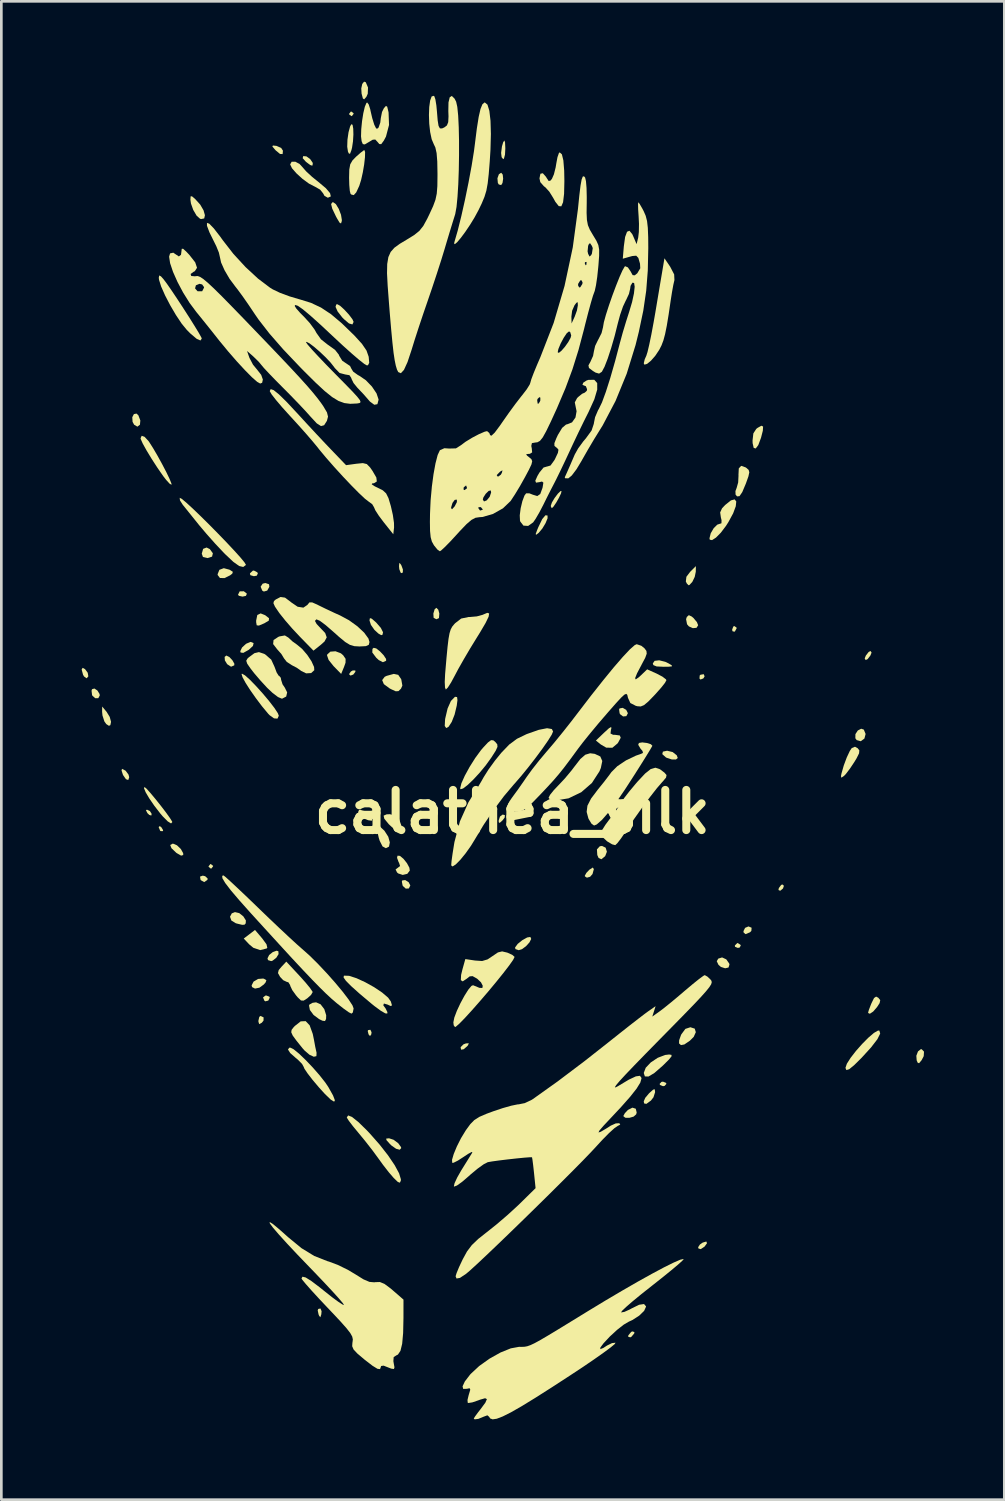
<source format=kicad_pcb>
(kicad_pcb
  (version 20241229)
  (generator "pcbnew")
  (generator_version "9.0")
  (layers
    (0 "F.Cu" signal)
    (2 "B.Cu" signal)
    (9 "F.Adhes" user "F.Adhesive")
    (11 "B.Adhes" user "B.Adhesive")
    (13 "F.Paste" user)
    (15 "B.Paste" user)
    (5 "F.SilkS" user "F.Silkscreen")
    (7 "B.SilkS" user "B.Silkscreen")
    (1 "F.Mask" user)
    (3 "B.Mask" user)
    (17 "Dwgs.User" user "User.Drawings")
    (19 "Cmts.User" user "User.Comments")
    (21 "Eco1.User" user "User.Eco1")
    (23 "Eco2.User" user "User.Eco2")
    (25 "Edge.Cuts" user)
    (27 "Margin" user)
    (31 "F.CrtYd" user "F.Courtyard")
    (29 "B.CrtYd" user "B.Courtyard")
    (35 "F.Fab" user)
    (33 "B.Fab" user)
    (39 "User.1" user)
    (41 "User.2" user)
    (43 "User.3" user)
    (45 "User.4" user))
  (footprint "calathea_silk"
    (layer "F.Cu")
    (at 16.086 27.279)
    (property "Reference" "calathea_silk" (at 0 0 0) (layer "F.SilkS") (effects (font (size 1.5 1.5) (thickness 0.3))))
    (attr board_only exclude_from_pos_files exclude_from_bom)
    (fp_poly (pts (xy -13.536 -0.032) (xy -13.471 0.073) (xy -13.484 0.135) (xy -13.56 0.112) (xy -13.63 0.044) (xy -13.684 -0.062) (xy -13.647 -0.085)) (stroke (width 0) (type solid)) (fill yes) (layer "F.SilkS"))
    (fp_poly (pts (xy -5.257 8.23) (xy -5.267 8.309) (xy -5.314 8.373) (xy -5.369 8.309) (xy -5.4 8.184) (xy -5.385 8.151) (xy -5.301 8.137)) (stroke (width 0) (type solid)) (fill yes) (layer "F.SilkS"))
    (fp_poly (pts (xy 7.184 -5.063) (xy 7.137 -4.987) (xy 7.031 -4.945) (xy 6.993 -4.982) (xy 7.001 -5.097) (xy 7.032 -5.125) (xy 7.152 -5.145)) (stroke (width 0) (type solid)) (fill yes) (layer "F.SilkS"))
    (fp_poly (pts (xy -13.108 0.574) (xy -13.043 0.682) (xy -13.051 0.718) (xy -13.14 0.716) (xy -13.152 0.706) (xy -13.207 0.575) (xy -13.208 0.562) (xy -13.165 0.53)) (stroke (width 0) (type solid)) (fill yes) (layer "F.SilkS"))
    (fp_poly (pts (xy -11.471 2.402) (xy -11.38 2.486) (xy -11.387 2.539) (xy -11.509 2.621) (xy -11.635 2.549) (xy -11.645 2.534) (xy -11.664 2.416) (xy -11.56 2.38)) (stroke (width 0) (type solid)) (fill yes) (layer "F.SilkS"))
    (fp_poly (pts (xy -11.178 2.012) (xy -11.176 2.032) (xy -11.24 2.114) (xy -11.261 2.117) (xy -11.343 2.052) (xy -11.345 2.032) (xy -11.281 1.95) (xy -11.261 1.947)) (stroke (width 0) (type solid)) (fill yes) (layer "F.SilkS"))
    (fp_poly (pts (xy -10.025 -8.24) (xy -9.913 -8.152) (xy -9.951 -8.07) (xy -10.075 -8.043) (xy -10.213 -8.073) (xy -10.245 -8.114) (xy -10.183 -8.239) (xy -10.028 -8.242)) (stroke (width 0) (type solid)) (fill yes) (layer "F.SilkS"))
    (fp_poly (pts (xy -9.525 -8.95) (xy -9.504 -8.911) (xy -9.543 -8.826) (xy -9.652 -8.805) (xy -9.786 -8.844) (xy -9.8 -8.911) (xy -9.696 -9.009) (xy -9.652 -9.017)) (stroke (width 0) (type solid)) (fill yes) (layer "F.SilkS"))
    (fp_poly (pts (xy -9.289 7.675) (xy -9.293 7.797) (xy -9.357 7.875) (xy -9.453 7.928) (xy -9.482 7.84) (xy -9.483 7.8) (xy -9.451 7.657) (xy -9.403 7.62)) (stroke (width 0) (type solid)) (fill yes) (layer "F.SilkS"))
    (fp_poly (pts (xy -9.087 -8.504) (xy -9.074 -8.41) (xy -9.155 -8.267) (xy -9.28 -8.232) (xy -9.34 -8.267) (xy -9.4 -8.413) (xy -9.324 -8.527) (xy -9.222 -8.551)) (stroke (width 0) (type solid)) (fill yes) (layer "F.SilkS"))
    (fp_poly (pts (xy -9.074 6.901) (xy -9.059 6.938) (xy -9.115 7.048) (xy -9.224 7.075) (xy -9.259 7.053) (xy -9.311 6.93) (xy -9.22 6.86) (xy -9.186 6.858)) (stroke (width 0) (type solid)) (fill yes) (layer "F.SilkS"))
    (fp_poly (pts (xy -7.123 18.649) (xy -7.134 18.768) (xy -7.169 18.877) (xy -7.212 18.827) (xy -7.236 18.771) (xy -7.268 18.622) (xy -7.249 18.567) (xy -7.166 18.548)) (stroke (width 0) (type solid)) (fill yes) (layer "F.SilkS"))
    (fp_poly (pts (xy -5.929 -26.098) (xy -5.927 -26.077) (xy -5.991 -25.995) (xy -6.011 -25.993) (xy -6.094 -26.057) (xy -6.096 -26.077) (xy -6.032 -26.16) (xy -6.011 -26.162)) (stroke (width 0) (type solid)) (fill yes) (layer "F.SilkS"))
    (fp_poly (pts (xy -5.861 -5.234) (xy -5.939 -5.132) (xy -6.041 -5.093) (xy -6.096 -5.142) (xy -6.096 -5.149) (xy -6.028 -5.246) (xy -5.962 -5.283) (xy -5.863 -5.285)) (stroke (width 0) (type solid)) (fill yes) (layer "F.SilkS"))
    (fp_poly (pts (xy -2.764 -7.553) (xy -2.725 -7.411) (xy -2.739 -7.243) (xy -2.836 -7.197) (xy -2.938 -7.251) (xy -2.948 -7.411) (xy -2.899 -7.572) (xy -2.836 -7.625)) (stroke (width 0) (type solid)) (fill yes) (layer "F.SilkS"))
    (fp_poly (pts (xy -0.275 0.121) (xy -0.285 0.212) (xy -0.365 0.316) (xy -0.472 0.412) (xy -0.506 0.383) (xy -0.508 0.319) (xy -0.46 0.173) (xy -0.357 0.097)) (stroke (width 0) (type solid)) (fill yes) (layer "F.SilkS"))
    (fp_poly (pts (xy 4.561 19.428) (xy 4.556 19.479) (xy 4.449 19.607) (xy 4.408 19.627) (xy 4.329 19.604) (xy 4.334 19.553) (xy 4.441 19.424) (xy 4.482 19.405)) (stroke (width 0) (type solid)) (fill yes) (layer "F.SilkS"))
    (fp_poly (pts (xy 5.743 10.121) (xy 5.757 10.16) (xy 5.689 10.235) (xy 5.63 10.245) (xy 5.518 10.199) (xy 5.503 10.16) (xy 5.572 10.085) (xy 5.63 10.075)) (stroke (width 0) (type solid)) (fill yes) (layer "F.SilkS"))
    (fp_poly (pts (xy 7.273 16.112) (xy 7.18 16.239) (xy 7.04 16.332) (xy 6.953 16.307) (xy 6.943 16.259) (xy 7.009 16.159) (xy 7.112 16.087) (xy 7.25 16.047)) (stroke (width 0) (type solid)) (fill yes) (layer "F.SilkS"))
    (fp_poly (pts (xy 8.38 -6.882) (xy 8.382 -6.863) (xy 8.32 -6.748) (xy 8.297 -6.731) (xy 8.225 -6.75) (xy 8.213 -6.811) (xy 8.257 -6.927) (xy 8.297 -6.943)) (stroke (width 0) (type solid)) (fill yes) (layer "F.SilkS"))
    (fp_poly (pts (xy 8.524 4.964) (xy 8.535 4.989) (xy 8.494 5.066) (xy 8.424 5.08) (xy 8.319 5.037) (xy 8.314 4.989) (xy 8.401 4.902) (xy 8.424 4.898)) (stroke (width 0) (type solid)) (fill yes) (layer "F.SilkS"))
    (fp_poly (pts (xy 10.147 2.759) (xy 10.112 2.86) (xy 10.014 2.941) (xy 10.006 2.944) (xy 9.943 2.917) (xy 9.957 2.843) (xy 10.044 2.727) (xy 10.091 2.709)) (stroke (width 0) (type solid)) (fill yes) (layer "F.SilkS"))
    (fp_poly (pts (xy 13.421 -5.952) (xy 13.377 -5.842) (xy 13.273 -5.708) (xy 13.202 -5.673) (xy 13.164 -5.732) (xy 13.208 -5.842) (xy 13.313 -5.976) (xy 13.383 -6.011)) (stroke (width 0) (type solid)) (fill yes) (layer "F.SilkS"))
    (fp_poly (pts (xy -15.96 -5.334) (xy -15.86 -5.2) (xy -15.836 -5.065) (xy -15.896 -4.996) (xy -15.908 -4.995) (xy -16 -5.063) (xy -16.035 -5.129) (xy -16.086 -5.32) (xy -16.049 -5.383)) (stroke (width 0) (type solid)) (fill yes) (layer "F.SilkS"))
    (fp_poly (pts (xy -14.447 -1.542) (xy -14.336 -1.396) (xy -14.309 -1.295) (xy -14.345 -1.192) (xy -14.431 -1.222) (xy -14.535 -1.371) (xy -14.547 -1.397) (xy -14.596 -1.549) (xy -14.578 -1.609)) (stroke (width 0) (type solid)) (fill yes) (layer "F.SilkS"))
    (fp_poly (pts (xy -11.299 -9.818) (xy -11.184 -9.661) (xy -11.215 -9.536) (xy -11.382 -9.483) (xy -11.388 -9.483) (xy -11.555 -9.523) (xy -11.599 -9.647) (xy -11.548 -9.827) (xy -11.419 -9.877)) (stroke (width 0) (type solid)) (fill yes) (layer "F.SilkS"))
    (fp_poly (pts (xy -8.806 -24.879) (xy -8.633 -24.803) (xy -8.567 -24.701) (xy -8.579 -24.574) (xy -8.676 -24.578) (xy -8.836 -24.71) (xy -8.855 -24.731) (xy -8.962 -24.857) (xy -8.942 -24.894)) (stroke (width 0) (type solid)) (fill yes) (layer "F.SilkS"))
    (fp_poly (pts (xy -7.691 -24.488) (xy -7.552 -24.389) (xy -7.459 -24.255) (xy -7.451 -24.209) (xy -7.47 -24.139) (xy -7.551 -24.166) (xy -7.709 -24.286) (xy -7.829 -24.42) (xy -7.81 -24.498)) (stroke (width 0) (type solid)) (fill yes) (layer "F.SilkS"))
    (fp_poly (pts (xy -4.174 -9.261) (xy -4.14 -9.204) (xy -4.086 -9.057) (xy -4.089 -8.943) (xy -4.143 -8.919) (xy -4.172 -8.941) (xy -4.221 -9.069) (xy -4.231 -9.179) (xy -4.22 -9.301)) (stroke (width 0) (type solid)) (fill yes) (layer "F.SilkS"))
    (fp_poly (pts (xy -1.653 8.714) (xy -1.685 8.753) (xy -1.815 8.865) (xy -1.912 8.881) (xy -1.93 8.796) (xy -1.926 8.784) (xy -1.822 8.681) (xy -1.731 8.647) (xy -1.624 8.641)) (stroke (width 0) (type solid)) (fill yes) (layer "F.SilkS"))
    (fp_poly (pts (xy -0.357 -23.807) (xy -0.341 -23.653) (xy -0.365 -23.494) (xy -0.414 -23.416) (xy -0.504 -23.438) (xy -0.539 -23.495) (xy -0.555 -23.669) (xy -0.5 -23.821) (xy -0.414 -23.876)) (stroke (width 0) (type solid)) (fill yes) (layer "F.SilkS"))
    (fp_poly (pts (xy 3.047 2.136) (xy 2.997 2.321) (xy 2.907 2.422) (xy 2.788 2.456) (xy 2.713 2.408) (xy 2.709 2.384) (xy 2.766 2.279) (xy 2.879 2.159) (xy 3.007 2.077)) (stroke (width 0) (type solid)) (fill yes) (layer "F.SilkS"))
    (fp_poly (pts (xy 3.488 1.336) (xy 3.534 1.487) (xy 3.47 1.652) (xy 3.329 1.768) (xy 3.224 1.719) (xy 3.175 1.609) (xy 3.162 1.399) (xy 3.269 1.283) (xy 3.352 1.27)) (stroke (width 0) (type solid)) (fill yes) (layer "F.SilkS"))
    (fp_poly (pts (xy 8.936 4.324) (xy 8.94 4.331) (xy 8.93 4.446) (xy 8.88 4.496) (xy 8.712 4.566) (xy 8.64 4.502) (xy 8.636 4.454) (xy 8.696 4.331) (xy 8.823 4.277)) (stroke (width 0) (type solid)) (fill yes) (layer "F.SilkS"))
    (fp_poly (pts (xy -15.497 -4.535) (xy -15.418 -4.407) (xy -15.409 -4.35) (xy -15.464 -4.249) (xy -15.58 -4.248) (xy -15.685 -4.342) (xy -15.697 -4.368) (xy -15.716 -4.529) (xy -15.698 -4.584) (xy -15.61 -4.61)) (stroke (width 0) (type solid)) (fill yes) (layer "F.SilkS"))
    (fp_poly (pts (xy -15.153 -3.737) (xy -15.037 -3.548) (xy -14.988 -3.365) (xy -15.014 -3.241) (xy -15.068 -3.217) (xy -15.168 -3.283) (xy -15.237 -3.381) (xy -15.308 -3.603) (xy -15.322 -3.741) (xy -15.319 -3.937)) (stroke (width 0) (type solid)) (fill yes) (layer "F.SilkS"))
    (fp_poly (pts (xy -13.968 -14.816) (xy -13.894 -14.624) (xy -13.908 -14.464) (xy -14.002 -14.393) (xy -14.007 -14.393) (xy -14.126 -14.464) (xy -14.184 -14.571) (xy -14.195 -14.744) (xy -14.134 -14.861) (xy -14.036 -14.88)) (stroke (width 0) (type solid)) (fill yes) (layer "F.SilkS"))
    (fp_poly (pts (xy -10.57 -5.787) (xy -10.453 -5.663) (xy -10.381 -5.535) (xy -10.386 -5.475) (xy -10.505 -5.424) (xy -10.65 -5.519) (xy -10.651 -5.52) (xy -10.736 -5.66) (xy -10.745 -5.79) (xy -10.681 -5.842)) (stroke (width 0) (type solid)) (fill yes) (layer "F.SilkS"))
    (fp_poly (pts (xy -10.562 -9.048) (xy -10.438 -8.969) (xy -10.46 -8.9) (xy -10.542 -8.837) (xy -10.752 -8.734) (xy -10.921 -8.739) (xy -11.004 -8.848) (xy -11.007 -8.881) (xy -10.941 -9.044) (xy -10.776 -9.105)) (stroke (width 0) (type solid)) (fill yes) (layer "F.SilkS"))
    (fp_poly (pts (xy -9.343 4.723) (xy -9.181 4.945) (xy -9.151 5.074) (xy -9.174 5.1) (xy -9.414 5.162) (xy -9.673 5.075) (xy -9.827 4.947) (xy -10.031 4.73) (xy -9.82 4.569) (xy -9.61 4.409)) (stroke (width 0) (type solid)) (fill yes) (layer "F.SilkS"))
    (fp_poly (pts (xy -8.738 5.204) (xy -8.73 5.311) (xy -8.816 5.449) (xy -8.952 5.555) (xy -9.005 5.573) (xy -9.124 5.536) (xy -9.144 5.47) (xy -9.083 5.346) (xy -8.947 5.236) (xy -8.803 5.184)) (stroke (width 0) (type solid)) (fill yes) (layer "F.SilkS"))
    (fp_poly (pts (xy -3.874 2.622) (xy -3.81 2.743) (xy -3.81 2.749) (xy -3.864 2.859) (xy -3.979 2.865) (xy -4.086 2.768) (xy -4.099 2.74) (xy -4.125 2.601) (xy -4.112 2.56) (xy -4.001 2.545)) (stroke (width 0) (type solid)) (fill yes) (layer "F.SilkS"))
    (fp_poly (pts (xy -0.27 -25.004) (xy -0.26 -24.786) (xy -0.272 -24.552) (xy -0.311 -24.407) (xy -0.339 -24.384) (xy -0.398 -24.457) (xy -0.417 -24.617) (xy -0.386 -24.86) (xy -0.339 -25.019) (xy -0.294 -25.082)) (stroke (width 0) (type solid)) (fill yes) (layer "F.SilkS"))
    (fp_poly (pts (xy 4.255 -3.813) (xy 4.318 -3.688) (xy 4.318 -3.686) (xy 4.261 -3.578) (xy 4.139 -3.566) (xy 4.026 -3.651) (xy 4.009 -3.687) (xy 3.99 -3.827) (xy 4.008 -3.866) (xy 4.125 -3.888)) (stroke (width 0) (type solid)) (fill yes) (layer "F.SilkS"))
    (fp_poly (pts (xy 5.991 -2.236) (xy 6.143 -2.116) (xy 6.181 -2.015) (xy 6.113 -1.958) (xy 5.954 -1.961) (xy 5.769 -2.021) (xy 5.736 -2.039) (xy 5.603 -2.159) (xy 5.626 -2.252) (xy 5.783 -2.286)) (stroke (width 0) (type solid)) (fill yes) (layer "F.SilkS"))
    (fp_poly (pts (xy 6.855 -8.973) (xy 6.815 -8.779) (xy 6.724 -8.591) (xy 6.617 -8.477) (xy 6.583 -8.467) (xy 6.519 -8.534) (xy 6.483 -8.609) (xy 6.504 -8.784) (xy 6.643 -8.967) (xy 6.858 -9.182)) (stroke (width 0) (type solid)) (fill yes) (layer "F.SilkS"))
    (fp_poly (pts (xy 7.994 5.507) (xy 8.103 5.663) (xy 8.113 5.703) (xy 8.077 5.812) (xy 7.951 5.841) (xy 7.793 5.79) (xy 7.702 5.711) (xy 7.638 5.577) (xy 7.694 5.48) (xy 7.837 5.435)) (stroke (width 0) (type solid)) (fill yes) (layer "F.SilkS"))
    (fp_poly (pts (xy 13.131 -3.075) (xy 13.198 -2.912) (xy 13.154 -2.741) (xy 13.019 -2.641) (xy 13.016 -2.641) (xy 12.865 -2.683) (xy 12.815 -2.752) (xy 12.818 -2.906) (xy 12.907 -3.042) (xy 13.033 -3.108)) (stroke (width 0) (type solid)) (fill yes) (layer "F.SilkS"))
    (fp_poly (pts (xy 15.292 8.864) (xy 15.38 8.954) (xy 15.369 9.123) (xy 15.291 9.273) (xy 15.195 9.388) (xy 15.143 9.367) (xy 15.106 9.281) (xy 15.093 9.108) (xy 15.155 8.946) (xy 15.259 8.864)) (stroke (width 0) (type solid)) (fill yes) (layer "F.SilkS"))
    (fp_poly (pts (xy -12.526 1.246) (xy -12.381 1.385) (xy -12.294 1.54) (xy -12.291 1.61) (xy -12.371 1.633) (xy -12.54 1.535) (xy -12.554 1.524) (xy -12.732 1.354) (xy -12.778 1.235) (xy -12.688 1.186) (xy -12.671 1.185)) (stroke (width 0) (type solid)) (fill yes) (layer "F.SilkS"))
    (fp_poly (pts (xy -9.663 -6.308) (xy -9.687 -6.201) (xy -9.839 -6.059) (xy -9.84 -6.058) (xy -10.048 -5.941) (xy -10.149 -5.955) (xy -10.16 -6.005) (xy -10.094 -6.143) (xy -9.945 -6.28) (xy -9.787 -6.349) (xy -9.773 -6.35)) (stroke (width 0) (type solid)) (fill yes) (layer "F.SilkS"))
    (fp_poly (pts (xy -9.273 6.234) (xy -9.185 6.286) (xy -9.215 6.369) (xy -9.28 6.445) (xy -9.445 6.565) (xy -9.61 6.599) (xy -9.72 6.544) (xy -9.737 6.48) (xy -9.664 6.338) (xy -9.496 6.239) (xy -9.306 6.224)) (stroke (width 0) (type solid)) (fill yes) (layer "F.SilkS"))
    (fp_poly (pts (xy -9.232 -7.349) (xy -9.087 -7.235) (xy -9.095 -7.146) (xy -9.261 -7.047) (xy -9.275 -7.041) (xy -9.465 -6.961) (xy -9.547 -6.971) (xy -9.567 -7.085) (xy -9.567 -7.149) (xy -9.525 -7.356) (xy -9.4 -7.416)) (stroke (width 0) (type solid)) (fill yes) (layer "F.SilkS"))
    (fp_poly (pts (xy -5.566 -0.033) (xy -5.396 0.094) (xy -5.36 0.124) (xy -5.233 0.265) (xy -5.247 0.33) (xy -5.388 0.309) (xy -5.567 0.235) (xy -5.701 0.129) (xy -5.759 0.007) (xy -5.724 -0.075) (xy -5.677 -0.085)) (stroke (width 0) (type solid)) (fill yes) (layer "F.SilkS"))
    (fp_poly (pts (xy -5.473 -27.257) (xy -5.389 -27.06) (xy -5.399 -26.826) (xy -5.45 -26.713) (xy -5.532 -26.619) (xy -5.58 -26.649) (xy -5.627 -26.825) (xy -5.629 -26.831) (xy -5.641 -27.027) (xy -5.604 -27.193) (xy -5.536 -27.279)) (stroke (width 0) (type solid)) (fill yes) (layer "F.SilkS"))
    (fp_poly (pts (xy -5.081 -6.107) (xy -4.941 -5.996) (xy -4.802 -5.849) (xy -4.714 -5.713) (xy -4.712 -5.646) (xy -4.833 -5.593) (xy -4.988 -5.672) (xy -5.08 -5.757) (xy -5.229 -5.954) (xy -5.223 -6.091) (xy -5.178 -6.13)) (stroke (width 0) (type solid)) (fill yes) (layer "F.SilkS"))
    (fp_poly (pts (xy -4.335 0.144) (xy -4.236 0.248) (xy -4.15 0.492) (xy -4.183 0.636) (xy -4.308 0.665) (xy -4.499 0.565) (xy -4.618 0.453) (xy -4.781 0.254) (xy -4.806 0.139) (xy -4.694 0.09) (xy -4.575 0.085)) (stroke (width 0) (type solid)) (fill yes) (layer "F.SilkS"))
    (fp_poly (pts (xy 0.707 4.744) (xy 0.641 4.874) (xy 0.513 5.016) (xy 0.362 5.127) (xy 0.241 5.165) (xy 0.118 5.124) (xy 0.104 5.064) (xy 0.202 4.93) (xy 0.374 4.791) (xy 0.555 4.69) (xy 0.675 4.67)) (stroke (width 0) (type solid)) (fill yes) (layer "F.SilkS"))
    (fp_poly (pts (xy 4.613 11.087) (xy 4.647 11.229) (xy 4.628 11.297) (xy 4.533 11.381) (xy 4.374 11.427) (xy 4.222 11.424) (xy 4.149 11.364) (xy 4.149 11.358) (xy 4.205 11.254) (xy 4.32 11.132) (xy 4.488 11.047)) (stroke (width 0) (type solid)) (fill yes) (layer "F.SilkS"))
    (fp_poly (pts (xy 5.716 -5.607) (xy 5.842 -5.546) (xy 5.959 -5.473) (xy 5.963 -5.437) (xy 5.833 -5.424) (xy 5.652 -5.422) (xy 5.393 -5.434) (xy 5.271 -5.484) (xy 5.249 -5.546) (xy 5.317 -5.644) (xy 5.488 -5.664)) (stroke (width 0) (type solid)) (fill yes) (layer "F.SilkS"))
    (fp_poly (pts (xy 6.703 -7.299) (xy 6.768 -7.244) (xy 6.898 -7.088) (xy 6.943 -6.972) (xy 6.882 -6.877) (xy 6.744 -6.865) (xy 6.597 -6.93) (xy 6.528 -7.011) (xy 6.492 -7.2) (xy 6.52 -7.283) (xy 6.595 -7.35)) (stroke (width 0) (type solid)) (fill yes) (layer "F.SilkS"))
    (fp_poly (pts (xy -10.199 3.78) (xy -10.047 3.901) (xy -9.952 4.051) (xy -9.957 4.162) (xy -10.004 4.213) (xy -10.092 4.217) (xy -10.275 4.173) (xy -10.329 4.158) (xy -10.493 4.057) (xy -10.544 3.915) (xy -10.478 3.789) (xy -10.359 3.742)) (stroke (width 0) (type solid)) (fill yes) (layer "F.SilkS"))
    (fp_poly (pts (xy -6.401 -5.924) (xy -6.317 -5.852) (xy -6.226 -5.718) (xy -6.229 -5.573) (xy -6.282 -5.423) (xy -6.392 -5.155) (xy -6.679 -5.45) (xy -6.861 -5.678) (xy -6.92 -5.849) (xy -6.914 -5.879) (xy -6.796 -5.987) (xy -6.603 -6.001)) (stroke (width 0) (type solid)) (fill yes) (layer "F.SilkS"))
    (fp_poly (pts (xy -4.945 0.545) (xy -4.781 0.698) (xy -4.776 0.703) (xy -4.632 0.927) (xy -4.574 1.139) (xy -4.605 1.296) (xy -4.723 1.355) (xy -4.846 1.289) (xy -4.952 1.08) (xy -4.987 0.97) (xy -5.051 0.685) (xy -5.036 0.542)) (stroke (width 0) (type solid)) (fill yes) (layer "F.SilkS"))
    (fp_poly (pts (xy -4.432 12.247) (xy -4.261 12.375) (xy -4.157 12.518) (xy -4.149 12.559) (xy -4.204 12.619) (xy -4.339 12.583) (xy -4.508 12.465) (xy -4.572 12.404) (xy -4.698 12.262) (xy -4.711 12.204) (xy -4.616 12.192) (xy -4.6 12.192)) (stroke (width 0) (type solid)) (fill yes) (layer "F.SilkS"))
    (fp_poly (pts (xy 1.317 -11.072) (xy 1.318 -10.968) (xy 1.243 -10.787) (xy 1.124 -10.588) (xy 0.99 -10.428) (xy 0.971 -10.412) (xy 0.889 -10.352) (xy 0.875 -10.383) (xy 0.93 -10.533) (xy 0.97 -10.63) (xy 1.118 -10.937) (xy 1.238 -11.081)) (stroke (width 0) (type solid)) (fill yes) (layer "F.SilkS"))
    (fp_poly (pts (xy 1.823 -11.904) (xy 1.745 -11.737) (xy 1.638 -11.549) (xy 1.535 -11.399) (xy 1.475 -11.345) (xy 1.441 -11.412) (xy 1.439 -11.438) (xy 1.481 -11.56) (xy 1.581 -11.727) (xy 1.701 -11.886) (xy 1.802 -11.984) (xy 1.839 -11.99)) (stroke (width 0) (type solid)) (fill yes) (layer "F.SilkS"))
    (fp_poly (pts (xy 5.334 10.455) (xy 5.334 10.471) (xy 5.274 10.66) (xy 5.179 10.782) (xy 5.009 10.906) (xy 4.924 10.889) (xy 4.911 10.81) (xy 4.968 10.679) (xy 5.107 10.513) (xy 5.122 10.499) (xy 5.264 10.372) (xy 5.322 10.36)) (stroke (width 0) (type solid)) (fill yes) (layer "F.SilkS"))
    (fp_poly (pts (xy 6.815 8.095) (xy 6.856 8.227) (xy 6.777 8.403) (xy 6.635 8.545) (xy 6.428 8.686) (xy 6.301 8.71) (xy 6.229 8.646) (xy 6.233 8.528) (xy 6.302 8.335) (xy 6.315 8.308) (xy 6.466 8.104) (xy 6.653 8.043)) (stroke (width 0) (type solid)) (fill yes) (layer "F.SilkS"))
    (fp_poly (pts (xy 9.369 -14.396) (xy 9.359 -14.239) (xy 9.291 -13.975) (xy 9.19 -13.704) (xy 9.094 -13.576) (xy 9.018 -13.598) (xy 8.978 -13.774) (xy 8.975 -13.873) (xy 9.005 -14.14) (xy 9.114 -14.308) (xy 9.165 -14.348) (xy 9.306 -14.426)) (stroke (width 0) (type solid)) (fill yes) (layer "F.SilkS"))
    (fp_poly (pts (xy -11.845 -22.894) (xy -11.657 -22.686) (xy -11.533 -22.473) (xy -11.481 -22.29) (xy -11.508 -22.17) (xy -11.624 -22.146) (xy -11.665 -22.159) (xy -11.792 -22.273) (xy -11.917 -22.486) (xy -12.003 -22.727) (xy -12.023 -22.869) (xy -12.015 -22.995) (xy -11.963 -22.995)) (stroke (width 0) (type solid)) (fill yes) (layer "F.SilkS"))
    (fp_poly (pts (xy -7.161 7.186) (xy -7.022 7.368) (xy -6.951 7.595) (xy -6.956 7.734) (xy -6.996 7.812) (xy -7.092 7.799) (xy -7.216 7.739) (xy -7.423 7.584) (xy -7.56 7.399) (xy -7.592 7.233) (xy -7.577 7.195) (xy -7.46 7.13) (xy -7.329 7.112)) (stroke (width 0) (type solid)) (fill yes) (layer "F.SilkS"))
    (fp_poly (pts (xy -6.589 -22.703) (xy -6.482 -22.526) (xy -6.398 -22.307) (xy -6.366 -22.109) (xy -6.369 -22.071) (xy -6.397 -21.982) (xy -6.45 -22.01) (xy -6.548 -22.173) (xy -6.586 -22.243) (xy -6.725 -22.534) (xy -6.768 -22.705) (xy -6.719 -22.772) (xy -6.691 -22.775)) (stroke (width 0) (type solid)) (fill yes) (layer "F.SilkS"))
    (fp_poly (pts (xy -6.429 -18.905) (xy -6.269 -18.758) (xy -6.101 -18.575) (xy -5.972 -18.405) (xy -5.927 -18.305) (xy -5.972 -18.21) (xy -6.1 -18.247) (xy -6.294 -18.412) (xy -6.355 -18.476) (xy -6.525 -18.695) (xy -6.602 -18.866) (xy -6.575 -18.957) (xy -6.536 -18.965)) (stroke (width 0) (type solid)) (fill yes) (layer "F.SilkS"))
    (fp_poly (pts (xy -5.249 -7.219) (xy -5.097 -7.086) (xy -5.08 -7.07) (xy -4.91 -6.874) (xy -4.828 -6.711) (xy -4.849 -6.616) (xy -4.896 -6.604) (xy -4.997 -6.66) (xy -5.145 -6.795) (xy -5.15 -6.8) (xy -5.281 -6.987) (xy -5.334 -7.154) (xy -5.318 -7.239)) (stroke (width 0) (type solid)) (fill yes) (layer "F.SilkS"))
    (fp_poly (pts (xy 13.673 6.942) (xy 13.745 7.031) (xy 13.721 7.142) (xy 13.625 7.291) (xy 13.48 7.458) (xy 13.358 7.539) (xy 13.295 7.512) (xy 13.293 7.49) (xy 13.322 7.39) (xy 13.396 7.198) (xy 13.42 7.141) (xy 13.513 6.952) (xy 13.591 6.898)) (stroke (width 0) (type solid)) (fill yes) (layer "F.SilkS"))
    (fp_poly (pts (xy -5.966 -25.667) (xy -5.941 -25.523) (xy -5.935 -25.302) (xy -5.95 -25.051) (xy -5.985 -24.816) (xy -6.008 -24.723) (xy -6.061 -24.584) (xy -6.105 -24.596) (xy -6.138 -24.664) (xy -6.166 -24.848) (xy -6.157 -25.112) (xy -6.117 -25.389) (xy -6.057 -25.609) (xy -6.011 -25.689)) (stroke (width 0) (type solid)) (fill yes) (layer "F.SilkS"))
    (fp_poly (pts (xy -4.261 -5.121) (xy -4.154 -4.966) (xy -4.145 -4.943) (xy -4.106 -4.719) (xy -4.157 -4.604) (xy -4.251 -4.513) (xy -4.353 -4.506) (xy -4.525 -4.584) (xy -4.583 -4.615) (xy -4.798 -4.774) (xy -4.86 -4.924) (xy -4.766 -5.048) (xy -4.692 -5.083) (xy -4.427 -5.156)) (stroke (width 0) (type solid)) (fill yes) (layer "F.SilkS"))
    (fp_poly (pts (xy -2.062 -4.29) (xy -2.048 -4.176) (xy -2.075 -3.968) (xy -2.154 -3.638) (xy -2.262 -3.362) (xy -2.38 -3.181) (xy -2.468 -3.133) (xy -2.523 -3.211) (xy -2.511 -3.445) (xy -2.505 -3.489) (xy -2.416 -3.866) (xy -2.292 -4.145) (xy -2.149 -4.292) (xy -2.129 -4.301)) (stroke (width 0) (type solid)) (fill yes) (layer "F.SilkS"))
    (fp_poly (pts (xy 5.946 9.075) (xy 5.95 9.128) (xy 5.856 9.245) (xy 5.652 9.449) (xy 5.615 9.484) (xy 5.309 9.751) (xy 5.087 9.884) (xy 4.953 9.88) (xy 4.911 9.751) (xy 4.985 9.556) (xy 5.175 9.356) (xy 5.432 9.185) (xy 5.708 9.079) (xy 5.858 9.061)) (stroke (width 0) (type solid)) (fill yes) (layer "F.SilkS"))
    (fp_poly (pts (xy -4.195 1.642) (xy -4.064 1.752) (xy -3.934 1.915) (xy -3.844 2.084) (xy -3.828 2.19) (xy -3.922 2.313) (xy -4.093 2.353) (xy -4.264 2.297) (xy -4.306 2.258) (xy -4.359 2.148) (xy -4.276 2.086) (xy -4.191 2.022) (xy -4.229 1.903) (xy -4.249 1.868) (xy -4.305 1.713) (xy -4.286 1.634)) (stroke (width 0) (type solid)) (fill yes) (layer "F.SilkS"))
    (fp_poly (pts (xy 3.701 -3.12) (xy 3.687 -3.069) (xy 3.669 -2.929) (xy 3.764 -2.882) (xy 3.847 -2.879) (xy 4.016 -2.856) (xy 4.051 -2.771) (xy 3.958 -2.597) (xy 3.932 -2.559) (xy 3.74 -2.398) (xy 3.511 -2.4) (xy 3.307 -2.519) (xy 3.124 -2.667) (xy 3.434 -2.964) (xy 3.612 -3.126) (xy 3.694 -3.175)) (stroke (width 0) (type solid)) (fill yes) (layer "F.SilkS"))
    (fp_poly (pts (xy 12.903 -2.378) (xy 12.964 -2.299) (xy 12.954 -2.189) (xy 12.863 -2.006) (xy 12.778 -1.865) (xy 12.613 -1.617) (xy 12.461 -1.418) (xy 12.388 -1.342) (xy 12.292 -1.278) (xy 12.278 -1.34) (xy 12.298 -1.439) (xy 12.383 -1.736) (xy 12.494 -2.034) (xy 12.607 -2.275) (xy 12.682 -2.387) (xy 12.802 -2.435)) (stroke (width 0) (type solid)) (fill yes) (layer "F.SilkS"))
    (fp_poly (pts (xy -13.663 -0.869) (xy -13.516 -0.706) (xy -13.326 -0.478) (xy -13.121 -0.221) (xy -12.931 0.028) (xy -12.783 0.235) (xy -12.705 0.362) (xy -12.7 0.38) (xy -12.746 0.43) (xy -12.872 0.352) (xy -13.063 0.159) (xy -13.151 0.055) (xy -13.374 -0.234) (xy -13.561 -0.507) (xy -13.695 -0.734) (xy -13.757 -0.885) (xy -13.739 -0.931)) (stroke (width 0) (type solid)) (fill yes) (layer "F.SilkS"))
    (fp_poly (pts (xy 13.712 8.168) (xy 13.743 8.279) (xy 13.639 8.489) (xy 13.403 8.796) (xy 13.048 9.185) (xy 12.769 9.461) (xy 12.583 9.612) (xy 12.48 9.643) (xy 12.446 9.563) (xy 12.446 9.558) (xy 12.499 9.404) (xy 12.64 9.183) (xy 12.839 8.927) (xy 13.07 8.666) (xy 13.302 8.432) (xy 13.509 8.255) (xy 13.661 8.167)) (stroke (width 0) (type solid)) (fill yes) (layer "F.SilkS"))
    (fp_poly (pts (xy 8.715 -12.871) (xy 8.751 -12.846) (xy 8.83 -12.775) (xy 8.854 -12.687) (xy 8.821 -12.534) (xy 8.728 -12.273) (xy 8.72 -12.253) (xy 8.591 -11.947) (xy 8.487 -11.795) (xy 8.397 -11.787) (xy 8.341 -11.852) (xy 8.336 -11.984) (xy 8.382 -12.107) (xy 8.438 -12.308) (xy 8.451 -12.565) (xy 8.449 -12.586) (xy 8.461 -12.832) (xy 8.55 -12.928)) (stroke (width 0) (type solid)) (fill yes) (layer "F.SilkS"))
    (fp_poly (pts (xy -9.985 -5.102) (xy -9.8 -4.937) (xy -9.57 -4.7) (xy -9.322 -4.425) (xy -9.085 -4.143) (xy -8.888 -3.887) (xy -8.758 -3.689) (xy -8.721 -3.592) (xy -8.772 -3.485) (xy -8.901 -3.495) (xy -9.069 -3.616) (xy -9.113 -3.662) (xy -9.347 -3.944) (xy -9.579 -4.251) (xy -9.791 -4.553) (xy -9.963 -4.822) (xy -10.076 -5.03) (xy -10.113 -5.148) (xy -10.097 -5.165)) (stroke (width 0) (type solid)) (fill yes) (layer "F.SilkS"))
    (fp_poly (pts (xy -7.569 7.971) (xy -7.453 8.293) (xy -7.406 8.523) (xy -7.36 8.775) (xy -7.316 8.974) (xy -7.311 8.996) (xy -7.317 9.123) (xy -7.415 9.145) (xy -7.573 9.072) (xy -7.757 8.915) (xy -7.832 8.831) (xy -8.063 8.543) (xy -8.201 8.355) (xy -8.257 8.231) (xy -8.243 8.14) (xy -8.171 8.047) (xy -8.122 7.995) (xy -7.903 7.823) (xy -7.718 7.815)) (stroke (width 0) (type solid)) (fill yes) (layer "F.SilkS"))
    (fp_poly (pts (xy -13.736 -14.012) (xy -13.589 -13.854) (xy -13.566 -13.822) (xy -13.42 -13.593) (xy -13.251 -13.304) (xy -13.079 -12.991) (xy -12.922 -12.69) (xy -12.801 -12.438) (xy -12.733 -12.269) (xy -12.727 -12.221) (xy -12.797 -12.258) (xy -12.928 -12.4) (xy -13.039 -12.544) (xy -13.256 -12.857) (xy -13.47 -13.187) (xy -13.659 -13.499) (xy -13.803 -13.758) (xy -13.879 -13.927) (xy -13.885 -13.96) (xy -13.843 -14.051)) (stroke (width 0) (type solid)) (fill yes) (layer "F.SilkS"))
    (fp_poly (pts (xy -5.498 -24.648) (xy -5.503 -24.453) (xy -5.533 -24.185) (xy -5.584 -23.887) (xy -5.647 -23.606) (xy -5.715 -23.389) (xy -5.829 -23.142) (xy -5.922 -23.04) (xy -6.014 -23.063) (xy -6.04 -23.086) (xy -6.069 -23.194) (xy -6.089 -23.42) (xy -6.096 -23.687) (xy -6.089 -23.994) (xy -6.053 -24.191) (xy -5.97 -24.336) (xy -5.833 -24.477) (xy -5.661 -24.628) (xy -5.545 -24.715) (xy -5.525 -24.723)) (stroke (width 0) (type solid)) (fill yes) (layer "F.SilkS"))
    (fp_poly (pts (xy 3.081 -2.169) (xy 3.288 -2.071) (xy 3.362 -1.902) (xy 3.308 -1.641) (xy 3.256 -1.516) (xy 2.973 -1.08) (xy 2.575 -0.735) (xy 2.103 -0.508) (xy 1.596 -0.424) (xy 1.587 -0.424) (xy 1.419 -0.456) (xy 1.355 -0.527) (xy 1.411 -0.639) (xy 1.557 -0.82) (xy 1.702 -0.972) (xy 1.961 -1.247) (xy 2.217 -1.554) (xy 2.316 -1.685) (xy 2.542 -1.976) (xy 2.728 -2.137) (xy 2.907 -2.191)) (stroke (width 0) (type solid)) (fill yes) (layer "F.SilkS"))
    (fp_poly (pts (xy -7.95 6.119) (xy -7.726 6.369) (xy -7.555 6.577) (xy -7.465 6.709) (xy -7.457 6.731) (xy -7.518 6.837) (xy -7.658 6.963) (xy -7.794 7.049) (xy -7.893 7.043) (xy -8.013 6.928) (xy -8.079 6.85) (xy -8.219 6.656) (xy -8.294 6.497) (xy -8.297 6.471) (xy -8.365 6.363) (xy -8.42 6.35) (xy -8.556 6.286) (xy -8.672 6.164) (xy -8.752 6.02) (xy -8.725 5.907) (xy -8.622 5.785) (xy -8.441 5.592)) (stroke (width 0) (type solid)) (fill yes) (layer "F.SilkS"))
    (fp_poly (pts (xy -0.707 -2.674) (xy -0.632 -2.612) (xy -0.561 -2.525) (xy -0.553 -2.431) (xy -0.619 -2.286) (xy -0.77 -2.049) (xy -0.79 -2.019) (xy -0.995 -1.735) (xy -1.226 -1.456) (xy -1.459 -1.205) (xy -1.67 -1.004) (xy -1.835 -0.877) (xy -1.932 -0.847) (xy -1.947 -0.88) (xy -1.9 -1.071) (xy -1.774 -1.352) (xy -1.594 -1.681) (xy -1.385 -2.013) (xy -1.171 -2.305) (xy -1.092 -2.398) (xy -0.908 -2.595) (xy -0.793 -2.681)) (stroke (width 0) (type solid)) (fill yes) (layer "F.SilkS"))
    (fp_poly (pts (xy 8.367 -11.596) (xy 8.348 -11.417) (xy 8.25 -11.153) (xy 8.071 -10.823) (xy 7.98 -10.681) (xy 7.789 -10.429) (xy 7.608 -10.246) (xy 7.462 -10.153) (xy 7.378 -10.169) (xy 7.366 -10.222) (xy 7.413 -10.408) (xy 7.524 -10.599) (xy 7.656 -10.73) (xy 7.72 -10.752) (xy 7.813 -10.782) (xy 7.817 -10.899) (xy 7.792 -10.999) (xy 7.765 -11.188) (xy 7.835 -11.341) (xy 7.95 -11.464) (xy 8.167 -11.637) (xy 8.306 -11.675)) (stroke (width 0) (type solid)) (fill yes) (layer "F.SilkS"))
    (fp_poly (pts (xy -13.121 -20.004) (xy -13.026 -19.897) (xy -12.905 -19.736) (xy -12.729 -19.482) (xy -12.518 -19.167) (xy -12.291 -18.82) (xy -12.067 -18.472) (xy -11.868 -18.154) (xy -11.711 -17.896) (xy -11.617 -17.728) (xy -11.599 -17.683) (xy -11.648 -17.61) (xy -11.789 -17.672) (xy -12.019 -17.866) (xy -12.155 -18.002) (xy -12.349 -18.239) (xy -12.564 -18.561) (xy -12.778 -18.926) (xy -12.97 -19.295) (xy -13.116 -19.625) (xy -13.196 -19.878) (xy -13.205 -19.955) (xy -13.187 -20.04)) (stroke (width 0) (type solid)) (fill yes) (layer "F.SilkS"))
    (fp_poly (pts (xy -7.948 -24.206) (xy -7.841 -24.09) (xy -7.703 -23.931) (xy -7.477 -23.722) (xy -7.239 -23.53) (xy -6.963 -23.298) (xy -6.807 -23.114) (xy -6.778 -22.992) (xy -6.884 -22.945) (xy -6.895 -22.945) (xy -7.017 -23.015) (xy -7.067 -23.107) (xy -7.178 -23.245) (xy -7.377 -23.359) (xy -7.39 -23.364) (xy -7.599 -23.473) (xy -7.837 -23.648) (xy -8.061 -23.852) (xy -8.229 -24.044) (xy -8.297 -24.186) (xy -8.297 -24.19) (xy -8.241 -24.287) (xy -8.107 -24.289)) (stroke (width 0) (type solid)) (fill yes) (layer "F.SilkS"))
    (fp_poly (pts (xy -8.365 -6.513) (xy -8.361 -6.509) (xy -8.21 -6.369) (xy -8.041 -6.248) (xy -7.85 -6.089) (xy -7.659 -5.866) (xy -7.499 -5.624) (xy -7.404 -5.413) (xy -7.396 -5.294) (xy -7.514 -5.187) (xy -7.7 -5.176) (xy -7.882 -5.265) (xy -7.889 -5.271) (xy -8.048 -5.384) (xy -8.236 -5.482) (xy -8.424 -5.605) (xy -8.526 -5.735) (xy -8.625 -5.898) (xy -8.784 -6.077) (xy -8.933 -6.27) (xy -8.918 -6.421) (xy -8.739 -6.539) (xy -8.693 -6.557) (xy -8.495 -6.592)) (stroke (width 0) (type solid)) (fill yes) (layer "F.SilkS"))
    (fp_poly (pts (xy -8.166 8.867) (xy -7.966 9.03) (xy -7.719 9.267) (xy -7.454 9.545) (xy -7.199 9.836) (xy -6.985 10.108) (xy -6.871 10.277) (xy -6.696 10.59) (xy -6.626 10.772) (xy -6.655 10.824) (xy -6.781 10.746) (xy -6.998 10.537) (xy -7.221 10.292) (xy -7.46 10.009) (xy -7.649 9.764) (xy -7.765 9.591) (xy -7.789 9.53) (xy -7.852 9.414) (xy -8.009 9.255) (xy -8.086 9.192) (xy -8.294 9.008) (xy -8.379 8.875) (xy -8.332 8.809) (xy -8.29 8.805)) (stroke (width 0) (type solid)) (fill yes) (layer "F.SilkS"))
    (fp_poly (pts (xy -6.096 6.122) (xy -5.82 6.211) (xy -5.496 6.36) (xy -5.163 6.545) (xy -4.864 6.745) (xy -4.64 6.936) (xy -4.538 7.077) (xy -4.493 7.228) (xy -4.545 7.25) (xy -4.657 7.197) (xy -4.795 7.157) (xy -4.818 7.224) (xy -4.732 7.342) (xy -4.665 7.479) (xy -4.669 7.531) (xy -4.743 7.525) (xy -4.913 7.426) (xy -5.147 7.254) (xy -5.25 7.171) (xy -5.696 6.796) (xy -6.013 6.512) (xy -6.213 6.311) (xy -6.302 6.184) (xy -6.291 6.121) (xy -6.28 6.116)) (stroke (width 0) (type solid)) (fill yes) (layer "F.SilkS"))
    (fp_poly (pts (xy -5.987 11.394) (xy -5.752 11.582) (xy -5.431 11.895) (xy -5.322 12.011) (xy -4.958 12.424) (xy -4.643 12.826) (xy -4.394 13.194) (xy -4.228 13.501) (xy -4.161 13.723) (xy -4.163 13.772) (xy -4.198 13.85) (xy -4.275 13.822) (xy -4.426 13.676) (xy -4.431 13.671) (xy -4.61 13.464) (xy -4.828 13.184) (xy -4.994 12.954) (xy -5.223 12.642) (xy -5.502 12.285) (xy -5.75 11.984) (xy -5.953 11.738) (xy -6.105 11.539) (xy -6.178 11.423) (xy -6.181 11.412) (xy -6.131 11.337)) (stroke (width 0) (type solid)) (fill yes) (layer "F.SilkS"))
    (fp_poly (pts (xy -9.274 -5.907) (xy -9.234 -5.887) (xy -9.004 -5.688) (xy -8.88 -5.418) (xy -8.802 -5.209) (xy -8.728 -5.09) (xy -8.707 -5.08) (xy -8.646 -5.01) (xy -8.636 -4.939) (xy -8.582 -4.767) (xy -8.499 -4.645) (xy -8.409 -4.465) (xy -8.445 -4.31) (xy -8.591 -4.234) (xy -8.615 -4.233) (xy -8.751 -4.291) (xy -8.952 -4.443) (xy -9.156 -4.636) (xy -9.402 -4.903) (xy -9.636 -5.176) (xy -9.766 -5.342) (xy -9.9 -5.534) (xy -9.938 -5.647) (xy -9.89 -5.731) (xy -9.843 -5.774) (xy -9.632 -5.93) (xy -9.465 -5.97)) (stroke (width 0) (type solid)) (fill yes) (layer "F.SilkS"))
    (fp_poly (pts (xy -12.349 -11.697) (xy -12.18 -11.556) (xy -11.939 -11.335) (xy -11.647 -11.054) (xy -11.324 -10.735) (xy -10.993 -10.399) (xy -10.674 -10.069) (xy -10.389 -9.765) (xy -10.159 -9.51) (xy -10.005 -9.324) (xy -9.949 -9.23) (xy -9.95 -9.225) (xy -10.05 -9.15) (xy -10.202 -9.186) (xy -10.42 -9.341) (xy -10.721 -9.624) (xy -10.778 -9.682) (xy -11.09 -10.013) (xy -11.42 -10.384) (xy -11.704 -10.72) (xy -11.726 -10.748) (xy -11.952 -11.029) (xy -12.156 -11.283) (xy -12.3 -11.462) (xy -12.313 -11.479) (xy -12.412 -11.635) (xy -12.425 -11.733) (xy -12.424 -11.734)) (stroke (width 0) (type solid)) (fill yes) (layer "F.SilkS"))
    (fp_poly (pts (xy 1.853 -24.564) (xy 1.908 -24.338) (xy 1.939 -23.954) (xy 1.946 -23.565) (xy 1.935 -23.088) (xy 1.897 -22.774) (xy 1.832 -22.622) (xy 1.736 -22.629) (xy 1.609 -22.791) (xy 1.525 -22.942) (xy 1.382 -23.171) (xy 1.229 -23.338) (xy 1.185 -23.368) (xy 1.046 -23.526) (xy 1.016 -23.667) (xy 1.051 -23.839) (xy 1.141 -23.858) (xy 1.26 -23.723) (xy 1.278 -23.691) (xy 1.36 -23.566) (xy 1.429 -23.584) (xy 1.482 -23.651) (xy 1.555 -23.817) (xy 1.62 -24.076) (xy 1.643 -24.216) (xy 1.688 -24.457) (xy 1.741 -24.61) (xy 1.771 -24.638)) (stroke (width 0) (type solid)) (fill yes) (layer "F.SilkS"))
    (fp_poly (pts (xy 5.898 -20.366) (xy 6.047 -20.079) (xy 6.057 -19.868) (xy 6.016 -19.69) (xy 5.965 -19.409) (xy 5.922 -19.135) (xy 5.84 -18.577) (xy 5.771 -18.158) (xy 5.708 -17.847) (xy 5.645 -17.614) (xy 5.575 -17.429) (xy 5.49 -17.262) (xy 5.49 -17.262) (xy 5.342 -17.04) (xy 5.181 -16.856) (xy 5.035 -16.736) (xy 4.936 -16.707) (xy 4.911 -16.759) (xy 4.948 -16.909) (xy 5.006 -17.038) (xy 5.051 -17.179) (xy 5.116 -17.454) (xy 5.195 -17.835) (xy 5.279 -18.287) (xy 5.345 -18.663) (xy 5.428 -19.159) (xy 5.505 -19.617) (xy 5.57 -20.002) (xy 5.617 -20.28) (xy 5.636 -20.394) (xy 5.684 -20.681)) (stroke (width 0) (type solid)) (fill yes) (layer "F.SilkS"))
    (fp_poly (pts (xy -0.864 -7.415) (xy -0.884 -7.293) (xy -0.996 -7.06) (xy -1.204 -6.706) (xy -1.32 -6.519) (xy -1.569 -6.114) (xy -1.812 -5.701) (xy -2.02 -5.334) (xy -2.143 -5.101) (xy -2.284 -4.839) (xy -2.405 -4.649) (xy -2.481 -4.572) (xy -2.483 -4.572) (xy -2.513 -4.649) (xy -2.523 -4.856) (xy -2.509 -5.151) (xy -2.506 -5.186) (xy -2.458 -5.747) (xy -2.418 -6.165) (xy -2.382 -6.466) (xy -2.344 -6.675) (xy -2.299 -6.819) (xy -2.243 -6.923) (xy -2.169 -7.012) (xy -2.136 -7.048) (xy -1.908 -7.224) (xy -1.632 -7.281) (xy -1.587 -7.281) (xy -1.326 -7.304) (xy -1.113 -7.361) (xy -1.09 -7.371) (xy -0.934 -7.437)) (stroke (width 0) (type solid)) (fill yes) (layer "F.SilkS"))
    (fp_poly (pts (xy -0.927 -26.42) (xy -0.856 -26.186) (xy -0.813 -25.817) (xy -0.799 -25.326) (xy -0.815 -24.731) (xy -0.842 -24.296) (xy -0.88 -23.824) (xy -0.919 -23.476) (xy -0.968 -23.208) (xy -1.039 -22.975) (xy -1.14 -22.732) (xy -1.262 -22.479) (xy -1.407 -22.211) (xy -1.576 -21.934) (xy -1.753 -21.671) (xy -1.919 -21.447) (xy -2.056 -21.284) (xy -2.147 -21.207) (xy -2.173 -21.238) (xy -2.16 -21.294) (xy -2.038 -21.716) (xy -1.903 -22.259) (xy -1.765 -22.874) (xy -1.634 -23.515) (xy -1.519 -24.134) (xy -1.431 -24.683) (xy -1.398 -24.939) (xy -1.324 -25.527) (xy -1.255 -25.962) (xy -1.187 -26.258) (xy -1.117 -26.432) (xy -1.04 -26.499) (xy -1.024 -26.501)) (stroke (width 0) (type solid)) (fill yes) (layer "F.SilkS"))
    (fp_poly (pts (xy 5.517 -1.594) (xy 5.684 -1.468) (xy 5.762 -1.377) (xy 5.743 -1.282) (xy 5.615 -1.13) (xy 5.599 -1.114) (xy 5.402 -0.886) (xy 5.144 -0.556) (xy 4.852 -0.162) (xy 4.556 0.255) (xy 4.285 0.657) (xy 4.228 0.746) (xy 4.062 0.99) (xy 3.924 1.169) (xy 3.847 1.241) (xy 3.731 1.211) (xy 3.555 1.106) (xy 3.535 1.091) (xy 3.376 0.943) (xy 3.303 0.814) (xy 3.302 0.805) (xy 3.352 0.683) (xy 3.48 0.479) (xy 3.629 0.279) (xy 3.826 0.018) (xy 3.994 -0.226) (xy 4.073 -0.357) (xy 4.183 -0.523) (xy 4.373 -0.768) (xy 4.607 -1.049) (xy 4.686 -1.14) (xy 4.963 -1.435) (xy 5.173 -1.602) (xy 5.347 -1.652)) (stroke (width 0) (type solid)) (fill yes) (layer "F.SilkS"))
    (fp_poly (pts (xy -5.363 -26.427) (xy -5.305 -26.244) (xy -5.296 -26.195) (xy -5.232 -25.919) (xy -5.157 -25.675) (xy -5.154 -25.669) (xy -5.084 -25.527) (xy -5.021 -25.532) (xy -4.992 -25.572) (xy -4.93 -25.752) (xy -4.912 -25.913) (xy -4.866 -26.146) (xy -4.796 -26.287) (xy -4.719 -26.373) (xy -4.672 -26.342) (xy -4.63 -26.17) (xy -4.621 -26.127) (xy -4.604 -25.661) (xy -4.718 -25.227) (xy -4.799 -25.075) (xy -4.896 -24.944) (xy -4.968 -24.948) (xy -5.03 -25.023) (xy -5.117 -25.117) (xy -5.213 -25.11) (xy -5.355 -25.025) (xy -5.51 -24.934) (xy -5.583 -24.946) (xy -5.628 -25.055) (xy -5.65 -25.235) (xy -5.642 -25.5) (xy -5.612 -25.804) (xy -5.565 -26.1) (xy -5.508 -26.341) (xy -5.449 -26.482) (xy -5.421 -26.501)) (stroke (width 0) (type solid)) (fill yes) (layer "F.SilkS"))
    (fp_poly (pts (xy 5.026 -2.576) (xy 5.176 -2.529) (xy 5.233 -2.471) (xy 5.231 -2.466) (xy 5.156 -2.335) (xy 5.008 -2.092) (xy 4.805 -1.767) (xy 4.566 -1.39) (xy 4.309 -0.992) (xy 4.213 -0.844) (xy 3.893 -0.376) (xy 3.6 0.011) (xy 3.349 0.298) (xy 3.155 0.468) (xy 3.055 0.508) (xy 2.958 0.438) (xy 2.854 0.265) (xy 2.841 0.236) (xy 2.778 -0.001) (xy 2.807 -0.233) (xy 2.943 -0.499) (xy 3.196 -0.835) (xy 3.206 -0.847) (xy 3.419 -1.111) (xy 3.617 -1.369) (xy 3.704 -1.489) (xy 3.922 -1.707) (xy 4.246 -1.924) (xy 4.617 -2.102) (xy 4.774 -2.156) (xy 4.882 -2.203) (xy 4.864 -2.278) (xy 4.79 -2.364) (xy 4.704 -2.508) (xy 4.732 -2.577) (xy 4.855 -2.597)) (stroke (width 0) (type solid)) (fill yes) (layer "F.SilkS"))
    (fp_poly (pts (xy 1.478 -3.097) (xy 1.524 -3.005) (xy 1.473 -2.885) (xy 1.335 -2.664) (xy 1.132 -2.372) (xy 0.884 -2.036) (xy 0.614 -1.687) (xy 0.342 -1.352) (xy 0.091 -1.062) (xy 0.049 -1.016) (xy -0.313 -0.587) (xy -0.702 -0.065) (xy -1.074 0.488) (xy -1.35 0.948) (xy -1.54 1.26) (xy -1.745 1.549) (xy -1.942 1.79) (xy -2.111 1.961) (xy -2.23 2.038) (xy -2.281 1.998) (xy -2.281 1.99) (xy -2.268 1.83) (xy -2.23 1.555) (xy -2.176 1.218) (xy -2.16 1.123) (xy -1.956 0.353) (xy -1.638 -0.358) (xy -1.441 -0.677) (xy -1.315 -0.875) (xy -1.155 -1.144) (xy -1.065 -1.304) (xy -0.887 -1.586) (xy -0.647 -1.917) (xy -0.41 -2.209) (xy -0.113 -2.518) (xy 0.175 -2.732) (xy 0.526 -2.902) (xy 0.559 -2.915) (xy 0.989 -3.066) (xy 1.298 -3.127)) (stroke (width 0) (type solid)) (fill yes) (layer "F.SilkS"))
    (fp_poly (pts (xy -10.716 2.427) (xy -10.541 2.584) (xy -10.283 2.825) (xy -9.959 3.131) (xy -9.59 3.486) (xy -9.491 3.582) (xy -9.084 3.974) (xy -8.69 4.348) (xy -8.336 4.679) (xy -8.048 4.944) (xy -7.852 5.117) (xy -7.84 5.127) (xy -7.561 5.376) (xy -7.25 5.685) (xy -6.926 6.029) (xy -6.614 6.381) (xy -6.336 6.715) (xy -6.114 7.006) (xy -5.97 7.226) (xy -5.927 7.341) (xy -5.956 7.491) (xy -6.007 7.535) (xy -6.106 7.485) (xy -6.296 7.35) (xy -6.539 7.159) (xy -6.586 7.12) (xy -6.764 6.967) (xy -6.964 6.781) (xy -7.198 6.55) (xy -7.479 6.263) (xy -7.816 5.908) (xy -8.224 5.471) (xy -8.711 4.94) (xy -9.292 4.304) (xy -9.771 3.778) (xy -10.201 3.296) (xy -10.517 2.924) (xy -10.724 2.654) (xy -10.828 2.478) (xy -10.836 2.388) (xy -10.789 2.371)) (stroke (width 0) (type solid)) (fill yes) (layer "F.SilkS"))
    (fp_poly (pts (xy -0.193 5.254) (xy -0.182 5.257) (xy -0.001 5.339) (xy 0.084 5.413) (xy 0.085 5.418) (xy 0.031 5.527) (xy -0.115 5.735) (xy -0.333 6.018) (xy -0.602 6.352) (xy -0.9 6.711) (xy -1.208 7.07) (xy -1.504 7.406) (xy -1.766 7.693) (xy -1.975 7.907) (xy -2.109 8.023) (xy -2.138 8.037) (xy -2.188 7.971) (xy -2.201 7.861) (xy -2.165 7.681) (xy -2.07 7.43) (xy -1.937 7.146) (xy -1.788 6.87) (xy -1.644 6.641) (xy -1.525 6.499) (xy -1.465 6.474) (xy -1.285 6.548) (xy -1.228 6.571) (xy -1.118 6.577) (xy -1.103 6.494) (xy -1.169 6.365) (xy -1.307 6.235) (xy -1.319 6.226) (xy -1.482 6.134) (xy -1.591 6.143) (xy -1.701 6.23) (xy -1.852 6.33) (xy -1.922 6.283) (xy -1.912 6.089) (xy -1.862 5.883) (xy -1.754 5.497) (xy -1.391 5.551) (xy -1.126 5.569) (xy -0.924 5.509) (xy -0.738 5.385) (xy -0.536 5.248) (xy -0.38 5.21)) (stroke (width 0) (type solid)) (fill yes) (layer "F.SilkS"))
    (fp_poly (pts (xy -8.49 -8.005) (xy -8.285 -7.852) (xy -8.263 -7.832) (xy -8.017 -7.664) (xy -7.803 -7.631) (xy -7.649 -7.736) (xy -7.639 -7.753) (xy -7.575 -7.828) (xy -7.475 -7.827) (xy -7.29 -7.746) (xy -7.232 -7.716) (xy -6.96 -7.583) (xy -6.627 -7.427) (xy -6.435 -7.341) (xy -6.099 -7.16) (xy -5.787 -6.935) (xy -5.533 -6.697) (xy -5.373 -6.477) (xy -5.334 -6.346) (xy -5.361 -6.241) (xy -5.47 -6.193) (xy -5.705 -6.181) (xy -5.706 -6.181) (xy -5.9 -6.192) (xy -6.064 -6.24) (xy -6.241 -6.348) (xy -6.473 -6.54) (xy -6.639 -6.689) (xy -6.964 -6.972) (xy -7.186 -7.138) (xy -7.316 -7.194) (xy -7.365 -7.145) (xy -7.366 -7.125) (xy -7.309 -7.021) (xy -7.189 -6.893) (xy -6.989 -6.683) (xy -6.931 -6.521) (xy -7.014 -6.366) (xy -7.148 -6.246) (xy -7.426 -6.024) (xy -7.936 -6.547) (xy -8.215 -6.845) (xy -8.483 -7.154) (xy -8.69 -7.414) (xy -8.715 -7.448) (xy -8.865 -7.669) (xy -8.923 -7.798) (xy -8.901 -7.879) (xy -8.836 -7.935) (xy -8.656 -8.029)) (stroke (width 0) (type solid)) (fill yes) (layer "F.SilkS"))
    (fp_poly (pts (xy -8.912 -15.755) (xy -8.718 -15.599) (xy -8.434 -15.321) (xy -8.054 -14.914) (xy -8.031 -14.89) (xy -7.688 -14.516) (xy -7.318 -14.117) (xy -6.973 -13.75) (xy -6.766 -13.533) (xy -6.209 -12.953) (xy -5.824 -13.006) (xy -5.582 -13.03) (xy -5.434 -12.994) (xy -5.309 -12.865) (xy -5.221 -12.738) (xy -5.078 -12.492) (xy -5.06 -12.344) (xy -5.166 -12.278) (xy -5.233 -12.271) (xy -5.251 -12.238) (xy -5.138 -12.163) (xy -5.028 -12.11) (xy -4.835 -12.012) (xy -4.713 -11.899) (xy -4.625 -11.722) (xy -4.538 -11.43) (xy -4.534 -11.415) (xy -4.461 -11.092) (xy -4.419 -10.797) (xy -4.416 -10.623) (xy -4.445 -10.372) (xy -4.805 -10.824) (xy -4.987 -11.067) (xy -5.116 -11.267) (xy -5.165 -11.381) (xy -5.232 -11.495) (xy -5.369 -11.595) (xy -5.508 -11.703) (xy -5.73 -11.912) (xy -6.011 -12.196) (xy -6.325 -12.527) (xy -6.646 -12.879) (xy -6.949 -13.224) (xy -7.208 -13.535) (xy -7.283 -13.631) (xy -7.459 -13.844) (xy -7.715 -14.141) (xy -8.018 -14.48) (xy -8.319 -14.809) (xy -8.598 -15.118) (xy -8.829 -15.39) (xy -8.99 -15.598) (xy -9.058 -15.715) (xy -9.059 -15.722) (xy -9.024 -15.794)) (stroke (width 0) (type solid)) (fill yes) (layer "F.SilkS"))
    (fp_poly (pts (xy 4.821 -6.206) (xy 4.94 -6.11) (xy 5.011 -6.014) (xy 5.022 -5.911) (xy 4.965 -5.755) (xy 4.83 -5.501) (xy 4.828 -5.496) (xy 4.662 -5.18) (xy 4.589 -4.999) (xy 4.61 -4.95) (xy 4.724 -5.028) (xy 4.805 -5.102) (xy 5.038 -5.326) (xy 5.398 -5.165) (xy 5.611 -5.052) (xy 5.74 -4.953) (xy 5.757 -4.919) (xy 5.703 -4.82) (xy 5.559 -4.638) (xy 5.354 -4.407) (xy 5.313 -4.363) (xy 5.081 -4.124) (xy 4.922 -3.99) (xy 4.798 -3.939) (xy 4.671 -3.948) (xy 4.614 -3.963) (xy 4.41 -4.068) (xy 4.32 -4.265) (xy 4.318 -4.278) (xy 4.296 -4.372) (xy 4.259 -4.411) (xy 4.188 -4.381) (xy 4.065 -4.268) (xy 3.871 -4.057) (xy 3.588 -3.735) (xy 3.537 -3.676) (xy 3.222 -3.31) (xy 2.914 -2.94) (xy 2.648 -2.611) (xy 2.462 -2.367) (xy 2.165 -1.962) (xy 1.934 -1.655) (xy 1.733 -1.404) (xy 1.531 -1.169) (xy 1.292 -0.909) (xy 1.068 -0.671) (xy 0.776 -0.37) (xy 0.565 -0.174) (xy 0.405 -0.061) (xy 0.265 -0.011) (xy 0.136 0) (xy -0.078 -0.024) (xy -0.209 -0.083) (xy -0.216 -0.092) (xy -0.202 -0.206) (xy -0.103 -0.399) (xy -0.008 -0.537) (xy 0.198 -0.818) (xy 0.427 -1.145) (xy 0.541 -1.312) (xy 0.739 -1.585) (xy 1 -1.917) (xy 1.273 -2.243) (xy 1.311 -2.286) (xy 1.565 -2.585) (xy 1.876 -2.967) (xy 2.2 -3.376) (xy 2.435 -3.683) (xy 2.936 -4.337) (xy 3.392 -4.913) (xy 3.792 -5.402) (xy 4.129 -5.791) (xy 4.392 -6.071) (xy 4.574 -6.231) (xy 4.648 -6.265)) (stroke (width 0) (type solid)) (fill yes) (layer "F.SilkS"))
    (fp_poly (pts (xy 3.172 -16.02) (xy 3.173 -15.777) (xy 3.066 -15.416) (xy 2.851 -14.943) (xy 2.83 -14.901) (xy 2.669 -14.58) (xy 2.469 -14.169) (xy 2.263 -13.734) (xy 2.156 -13.504) (xy 1.976 -13.118) (xy 1.801 -12.751) (xy 1.656 -12.454) (xy 1.588 -12.319) (xy 1.451 -12.055) (xy 1.283 -11.723) (xy 1.159 -11.472) (xy 1.01 -11.186) (xy 0.87 -10.946) (xy 0.78 -10.816) (xy 0.592 -10.683) (xy 0.417 -10.695) (xy 0.299 -10.847) (xy 0.288 -10.883) (xy 0.279 -11.079) (xy 0.313 -11.342) (xy 0.377 -11.609) (xy 0.456 -11.819) (xy 0.518 -11.902) (xy 0.64 -11.9) (xy 0.769 -11.849) (xy 0.934 -11.799) (xy 1.045 -11.876) (xy 1.127 -12.1) (xy 1.135 -12.135) (xy 1.161 -12.3) (xy 1.11 -12.342) (xy 1.019 -12.32) (xy 0.887 -12.3) (xy 0.86 -12.37) (xy 0.938 -12.547) (xy 1.014 -12.677) (xy 1.168 -12.865) (xy 1.302 -12.904) (xy 1.305 -12.903) (xy 1.428 -12.94) (xy 1.573 -13.14) (xy 1.603 -13.197) (xy 1.704 -13.412) (xy 1.725 -13.53) (xy 1.67 -13.598) (xy 1.645 -13.613) (xy 1.575 -13.674) (xy 1.573 -13.774) (xy 1.645 -13.957) (xy 1.704 -14.083) (xy 1.863 -14.347) (xy 2.009 -14.471) (xy 2.047 -14.478) (xy 2.232 -14.552) (xy 2.361 -14.735) (xy 2.402 -14.968) (xy 2.374 -15.103) (xy 2.335 -15.298) (xy 2.418 -15.454) (xy 2.457 -15.496) (xy 2.608 -15.619) (xy 2.709 -15.663) (xy 2.784 -15.732) (xy 2.794 -15.79) (xy 2.748 -15.903) (xy 2.709 -15.917) (xy 2.621 -15.954) (xy 2.651 -16.034) (xy 2.774 -16.115) (xy 2.845 -16.139) (xy 3.063 -16.142)) (stroke (width 0) (type solid)) (fill yes) (layer "F.SilkS"))
    (fp_poly (pts (xy -8.962 15.379) (xy -8.925 15.407) (xy -8.775 15.531) (xy -8.555 15.722) (xy -8.378 15.881) (xy -7.873 16.296) (xy -7.397 16.587) (xy -6.905 16.781) (xy -6.848 16.797) (xy -6.519 16.92) (xy -6.147 17.102) (xy -5.863 17.271) (xy -5.557 17.461) (xy -5.336 17.555) (xy -5.157 17.571) (xy -5.112 17.565) (xy -4.945 17.56) (xy -4.775 17.63) (xy -4.552 17.795) (xy -4.466 17.868) (xy -4.064 18.217) (xy -4.065 18.908) (xy -4.077 19.464) (xy -4.113 19.866) (xy -4.177 20.13) (xy -4.271 20.27) (xy -4.327 20.298) (xy -4.43 20.364) (xy -4.442 20.515) (xy -4.428 20.597) (xy -4.401 20.747) (xy -4.421 20.81) (xy -4.523 20.795) (xy -4.741 20.71) (xy -4.805 20.684) (xy -4.9 20.697) (xy -4.911 20.734) (xy -4.94 20.814) (xy -5.038 20.801) (xy -5.223 20.687) (xy -5.512 20.464) (xy -5.543 20.438) (xy -5.791 20.228) (xy -5.928 20.081) (xy -5.98 19.96) (xy -5.972 19.826) (xy -5.967 19.803) (xy -5.956 19.703) (xy -5.979 19.598) (xy -6.052 19.467) (xy -6.19 19.289) (xy -6.408 19.043) (xy -6.724 18.706) (xy -6.893 18.528) (xy -7.218 18.183) (xy -7.498 17.878) (xy -7.712 17.636) (xy -7.843 17.478) (xy -7.874 17.428) (xy -7.837 17.361) (xy -7.718 17.39) (xy -7.506 17.522) (xy -7.189 17.762) (xy -7.005 17.91) (xy -6.721 18.135) (xy -6.487 18.307) (xy -6.331 18.406) (xy -6.285 18.42) (xy -6.329 18.35) (xy -6.475 18.177) (xy -6.708 17.919) (xy -7.012 17.593) (xy -7.37 17.217) (xy -7.567 17.013) (xy -8.037 16.524) (xy -8.427 16.108) (xy -8.731 15.772) (xy -8.944 15.523) (xy -9.057 15.369) (xy -9.065 15.319)) (stroke (width 0) (type solid)) (fill yes) (layer "F.SilkS"))
    (fp_poly (pts (xy -2.911 -26.731) (xy -2.873 -26.619) (xy -2.836 -26.393) (xy -2.816 -26.183) (xy -2.787 -25.833) (xy -2.754 -25.626) (xy -2.704 -25.534) (xy -2.624 -25.531) (xy -2.538 -25.57) (xy -2.441 -25.645) (xy -2.393 -25.766) (xy -2.382 -25.981) (xy -2.389 -26.179) (xy -2.383 -26.503) (xy -2.337 -26.695) (xy -2.258 -26.745) (xy -2.155 -26.643) (xy -2.097 -26.529) (xy -2.054 -26.337) (xy -2.021 -26.009) (xy -2 -25.577) (xy -1.989 -25.072) (xy -1.989 -24.528) (xy -1.998 -23.976) (xy -2.017 -23.449) (xy -2.046 -22.979) (xy -2.083 -22.598) (xy -2.13 -22.339) (xy -2.138 -22.31) (xy -2.222 -22.041) (xy -2.336 -21.67) (xy -2.46 -21.257) (xy -2.524 -21.04) (xy -2.654 -20.616) (xy -2.82 -20.1) (xy -2.999 -19.56) (xy -3.159 -19.092) (xy -3.326 -18.606) (xy -3.496 -18.097) (xy -3.648 -17.628) (xy -3.761 -17.262) (xy -3.913 -16.804) (xy -4.046 -16.513) (xy -4.161 -16.388) (xy -4.259 -16.43) (xy -4.306 -16.522) (xy -4.351 -16.669) (xy -4.393 -16.873) (xy -4.435 -17.152) (xy -4.477 -17.529) (xy -4.524 -18.023) (xy -4.578 -18.655) (xy -4.609 -19.049) (xy -4.655 -19.656) (xy -4.679 -20.12) (xy -4.672 -20.468) (xy -4.629 -20.725) (xy -4.542 -20.919) (xy -4.403 -21.076) (xy -4.205 -21.22) (xy -3.952 -21.372) (xy -3.665 -21.549) (xy -3.471 -21.705) (xy -3.323 -21.892) (xy -3.177 -22.159) (xy -3.094 -22.331) (xy -2.957 -22.629) (xy -2.87 -22.866) (xy -2.821 -23.097) (xy -2.799 -23.378) (xy -2.794 -23.764) (xy -2.794 -23.845) (xy -2.802 -24.296) (xy -2.827 -24.61) (xy -2.874 -24.821) (xy -2.93 -24.937) (xy -3.011 -25.128) (xy -3.068 -25.397) (xy -3.102 -25.71) (xy -3.113 -26.033) (xy -3.102 -26.332) (xy -3.068 -26.574) (xy -3.013 -26.725) (xy -2.936 -26.75)) (stroke (width 0) (type solid)) (fill yes) (layer "F.SilkS"))
    (fp_poly (pts (xy -12.18 -20.932) (xy -12.063 -20.808) (xy -11.844 -20.529) (xy -11.776 -20.326) (xy -11.859 -20.198) (xy -11.896 -20.181) (xy -12.016 -20.095) (xy -11.993 -20.02) (xy -11.851 -20.007) (xy -11.818 -20.014) (xy -11.748 -20.017) (xy -11.659 -19.984) (xy -11.538 -19.904) (xy -11.371 -19.764) (xy -11.144 -19.552) (xy -10.845 -19.257) (xy -10.461 -18.865) (xy -9.976 -18.365) (xy -9.841 -18.224) (xy -9.215 -17.573) (xy -8.696 -17.03) (xy -8.271 -16.58) (xy -7.929 -16.211) (xy -7.656 -15.908) (xy -7.442 -15.659) (xy -7.273 -15.45) (xy -7.137 -15.268) (xy -7.054 -15.147) (xy -6.922 -14.923) (xy -6.883 -14.766) (xy -6.923 -14.614) (xy -6.928 -14.603) (xy -7.028 -14.445) (xy -7.145 -14.413) (xy -7.302 -14.513) (xy -7.524 -14.752) (xy -7.525 -14.753) (xy -7.71 -14.96) (xy -7.978 -15.245) (xy -8.29 -15.568) (xy -8.56 -15.84) (xy -8.85 -16.133) (xy -9.098 -16.39) (xy -9.279 -16.584) (xy -9.365 -16.687) (xy -9.478 -16.822) (xy -9.653 -16.993) (xy -9.674 -17.013) (xy -9.908 -17.219) (xy -9.818 -16.96) (xy -9.686 -16.709) (xy -9.52 -16.506) (xy -9.379 -16.326) (xy -9.317 -16.151) (xy -9.344 -16.03) (xy -9.417 -16.002) (xy -9.529 -16.065) (xy -9.726 -16.238) (xy -9.986 -16.501) (xy -10.29 -16.83) (xy -10.616 -17.205) (xy -10.944 -17.603) (xy -11.017 -17.695) (xy -11.275 -18.021) (xy -11.531 -18.34) (xy -11.741 -18.6) (xy -11.798 -18.669) (xy -12.055 -19.015) (xy -12.296 -19.401) (xy -12.378 -19.556) (xy -11.85 -19.556) (xy -11.762 -19.455) (xy -11.748 -19.449) (xy -11.584 -19.449) (xy -11.515 -19.584) (xy -11.515 -19.605) (xy -11.585 -19.704) (xy -11.684 -19.727) (xy -11.818 -19.672) (xy -11.85 -19.556) (xy -12.378 -19.556) (xy -12.506 -19.797) (xy -12.673 -20.173) (xy -12.782 -20.498) (xy -12.819 -20.741) (xy -12.783 -20.864) (xy -12.662 -20.89) (xy -12.598 -20.845) (xy -12.455 -20.75) (xy -12.375 -20.811) (xy -12.359 -20.934) (xy -12.347 -21.034) (xy -12.297 -21.037)) (stroke (width 0) (type solid)) (fill yes) (layer "F.SilkS"))
    (fp_poly (pts (xy 6.403 16.704) (xy 6.352 16.766) (xy 6.187 16.914) (xy 5.928 17.131) (xy 5.595 17.401) (xy 5.209 17.706) (xy 4.825 18.01) (xy 4.5 18.277) (xy 4.252 18.492) (xy 4.1 18.637) (xy 4.063 18.697) (xy 4.063 18.697) (xy 4.186 18.676) (xy 4.385 18.587) (xy 4.451 18.55) (xy 4.736 18.41) (xy 4.921 18.382) (xy 4.995 18.468) (xy 4.995 18.485) (xy 4.924 18.639) (xy 4.741 18.816) (xy 4.49 18.978) (xy 4.353 19.041) (xy 4.164 19.152) (xy 3.914 19.348) (xy 3.654 19.587) (xy 3.636 19.605) (xy 3.407 19.851) (xy 3.29 20.008) (xy 3.287 20.068) (xy 3.401 20.023) (xy 3.539 19.933) (xy 3.725 19.842) (xy 3.857 19.827) (xy 3.825 19.879) (xy 3.668 20.009) (xy 3.403 20.205) (xy 3.048 20.455) (xy 2.619 20.747) (xy 2.225 21.007) (xy 1.477 21.494) (xy 0.856 21.889) (xy 0.352 22.198) (xy -0.048 22.427) (xy -0.355 22.581) (xy -0.579 22.667) (xy -0.733 22.69) (xy -0.826 22.656) (xy -0.865 22.594) (xy -0.931 22.539) (xy -1.078 22.594) (xy -1.266 22.672) (xy -1.404 22.69) (xy -1.439 22.66) (xy -1.391 22.582) (xy -1.27 22.417) (xy -1.185 22.31) (xy -1.006 22.067) (xy -0.948 21.934) (xy -1.015 21.901) (xy -1.209 21.957) (xy -1.274 21.982) (xy -1.492 22.056) (xy -1.639 22.079) (xy -1.664 22.071) (xy -1.673 21.966) (xy -1.627 21.776) (xy -1.621 21.759) (xy -1.569 21.583) (xy -1.593 21.527) (xy -1.696 21.549) (xy -1.834 21.553) (xy -1.857 21.456) (xy -1.772 21.274) (xy -1.583 21.028) (xy -1.553 20.993) (xy -1.234 20.696) (xy -0.847 20.421) (xy -0.44 20.193) (xy -0.057 20.038) (xy 0.253 19.981) (xy 0.366 19.982) (xy 0.462 19.978) (xy 0.561 19.959) (xy 0.68 19.917) (xy 0.837 19.843) (xy 1.048 19.727) (xy 1.333 19.56) (xy 1.709 19.333) (xy 2.192 19.037) (xy 2.802 18.663) (xy 2.836 18.642) (xy 3.488 18.247) (xy 4.113 17.878) (xy 4.695 17.543) (xy 5.218 17.252) (xy 5.666 17.013) (xy 6.023 16.836) (xy 6.271 16.728) (xy 6.395 16.7)) (stroke (width 0) (type solid)) (fill yes) (layer "F.SilkS"))
    (fp_poly (pts (xy 4.76 -22.707) (xy 4.859 -22.536) (xy 4.909 -22.44) (xy 4.984 -22.267) (xy 5.034 -22.073) (xy 5.063 -21.819) (xy 5.077 -21.467) (xy 5.08 -21.062) (xy 5.062 -20.226) (xy 5.003 -19.469) (xy 4.894 -18.726) (xy 4.727 -17.932) (xy 4.605 -17.441) (xy 4.274 -16.369) (xy 3.858 -15.353) (xy 3.378 -14.441) (xy 3.253 -14.24) (xy 3.056 -13.921) (xy 2.826 -13.533) (xy 2.61 -13.154) (xy 2.594 -13.124) (xy 2.398 -12.799) (xy 2.225 -12.57) (xy 2.097 -12.463) (xy 2.086 -12.46) (xy 1.972 -12.465) (xy 1.961 -12.501) (xy 2.041 -12.677) (xy 2.157 -12.94) (xy 2.279 -13.224) (xy 2.334 -13.352) (xy 2.461 -13.579) (xy 2.652 -13.841) (xy 2.749 -13.955) (xy 2.963 -14.249) (xy 3.047 -14.502) (xy 3.048 -14.521) (xy 3.093 -14.745) (xy 3.203 -15.003) (xy 3.233 -15.054) (xy 3.351 -15.298) (xy 3.495 -15.69) (xy 3.66 -16.208) (xy 3.84 -16.836) (xy 4.029 -17.552) (xy 4.031 -17.558) (xy 4.125 -17.902) (xy 4.249 -18.313) (xy 4.364 -18.673) (xy 4.475 -19.045) (xy 4.545 -19.369) (xy 4.572 -19.616) (xy 4.551 -19.758) (xy 4.487 -19.77) (xy 4.418 -19.651) (xy 4.403 -19.542) (xy 4.359 -19.352) (xy 4.253 -19.124) (xy 4.24 -19.102) (xy 4.137 -18.883) (xy 4.028 -18.568) (xy 3.941 -18.246) (xy 3.824 -17.778) (xy 3.694 -17.329) (xy 3.565 -16.935) (xy 3.447 -16.631) (xy 3.352 -16.452) (xy 3.341 -16.438) (xy 3.242 -16.373) (xy 3.111 -16.411) (xy 3.013 -16.471) (xy 2.865 -16.583) (xy 2.845 -16.681) (xy 2.919 -16.815) (xy 3.018 -17.036) (xy 3.049 -17.206) (xy 3.095 -17.408) (xy 3.207 -17.638) (xy 3.217 -17.653) (xy 3.335 -17.887) (xy 3.39 -18.108) (xy 3.391 -18.119) (xy 3.421 -18.292) (xy 3.497 -18.568) (xy 3.607 -18.911) (xy 3.737 -19.285) (xy 3.875 -19.654) (xy 4.006 -19.982) (xy 4.118 -20.232) (xy 4.198 -20.37) (xy 4.216 -20.385) (xy 4.318 -20.341) (xy 4.415 -20.199) (xy 4.496 -20.052) (xy 4.575 -20.044) (xy 4.669 -20.12) (xy 4.781 -20.308) (xy 4.771 -20.48) (xy 4.709 -20.695) (xy 4.629 -20.778) (xy 4.481 -20.765) (xy 4.391 -20.74) (xy 4.128 -20.665) (xy 4.167 -21.13) (xy 4.215 -21.478) (xy 4.287 -21.672) (xy 4.377 -21.709) (xy 4.481 -21.583) (xy 4.52 -21.499) (xy 4.643 -21.209) (xy 4.703 -21.449) (xy 4.728 -21.662) (xy 4.733 -21.969) (xy 4.72 -22.232) (xy 4.702 -22.51) (xy 4.698 -22.706) (xy 4.707 -22.775)) (stroke (width 0) (type solid)) (fill yes) (layer "F.SilkS"))
    (fp_poly (pts (xy -11.319 -21.973) (xy -11.151 -21.8) (xy -10.907 -21.486) (xy -10.815 -21.357) (xy -10.418 -20.846) (xy -9.965 -20.354) (xy -9.497 -19.921) (xy -9.054 -19.586) (xy -8.946 -19.519) (xy -8.68 -19.392) (xy -8.322 -19.259) (xy -7.949 -19.148) (xy -7.928 -19.143) (xy -7.519 -19.016) (xy -7.145 -18.84) (xy -6.772 -18.593) (xy -6.367 -18.251) (xy -5.903 -17.801) (xy -5.616 -17.486) (xy -5.445 -17.234) (xy -5.366 -17.009) (xy -5.363 -16.992) (xy -5.344 -16.777) (xy -5.389 -16.688) (xy -5.431 -16.679) (xy -5.528 -16.735) (xy -5.725 -16.89) (xy -6 -17.126) (xy -6.331 -17.423) (xy -6.66 -17.729) (xy -7.155 -18.192) (xy -7.54 -18.538) (xy -7.822 -18.774) (xy -8.009 -18.905) (xy -8.108 -18.937) (xy -8.128 -18.901) (xy -8.071 -18.808) (xy -7.925 -18.642) (xy -7.779 -18.496) (xy -7.56 -18.256) (xy -7.381 -18.012) (xy -7.315 -17.892) (xy -7.147 -17.655) (xy -6.883 -17.446) (xy -6.857 -17.43) (xy -6.62 -17.259) (xy -6.478 -17.078) (xy -6.464 -17.037) (xy -6.349 -16.852) (xy -6.212 -16.76) (xy -6.06 -16.658) (xy -6.011 -16.558) (xy -5.941 -16.445) (xy -5.767 -16.32) (xy -5.71 -16.29) (xy -5.47 -16.126) (xy -5.243 -15.89) (xy -5.071 -15.634) (xy -4.996 -15.411) (xy -4.995 -15.395) (xy -5.039 -15.231) (xy -5.154 -15.209) (xy -5.317 -15.329) (xy -5.356 -15.374) (xy -5.553 -15.6) (xy -5.769 -15.828) (xy -5.779 -15.837) (xy -5.93 -16.022) (xy -6.008 -16.181) (xy -6.011 -16.205) (xy -6.083 -16.314) (xy -6.244 -16.342) (xy -6.452 -16.397) (xy -6.632 -16.584) (xy -6.658 -16.622) (xy -6.788 -16.787) (xy -6.976 -16.986) (xy -7.192 -17.191) (xy -7.403 -17.373) (xy -7.578 -17.505) (xy -7.686 -17.56) (xy -7.705 -17.545) (xy -7.648 -17.462) (xy -7.49 -17.279) (xy -7.249 -17.019) (xy -6.946 -16.701) (xy -6.625 -16.373) (xy -6.244 -15.987) (xy -5.969 -15.704) (xy -5.79 -15.508) (xy -5.693 -15.383) (xy -5.667 -15.31) (xy -5.7 -15.275) (xy -5.779 -15.26) (xy -5.815 -15.256) (xy -6.056 -15.245) (xy -6.274 -15.273) (xy -6.491 -15.352) (xy -6.728 -15.497) (xy -7.008 -15.722) (xy -7.351 -16.04) (xy -7.78 -16.466) (xy -7.926 -16.615) (xy -8.553 -17.275) (xy -9.074 -17.872) (xy -9.477 -18.391) (xy -9.61 -18.584) (xy -9.844 -18.933) (xy -10.071 -19.259) (xy -10.26 -19.516) (xy -10.345 -19.624) (xy -10.561 -19.914) (xy -10.747 -20.232) (xy -10.877 -20.523) (xy -10.922 -20.727) (xy -10.96 -20.894) (xy -11.058 -21.135) (xy -11.123 -21.266) (xy -11.312 -21.649) (xy -11.405 -21.895) (xy -11.405 -22.004)) (stroke (width 0) (type solid)) (fill yes) (layer "F.SilkS"))
    (fp_poly (pts (xy 7.29 6.152) (xy 7.403 6.259) (xy 7.439 6.307) (xy 7.451 6.362) (xy 7.429 6.438) (xy 7.361 6.546) (xy 7.237 6.7) (xy 7.046 6.914) (xy 6.778 7.198) (xy 6.42 7.568) (xy 5.962 8.035) (xy 5.532 8.472) (xy 4.991 9.023) (xy 4.563 9.463) (xy 4.241 9.8) (xy 4.016 10.044) (xy 3.883 10.201) (xy 3.833 10.281) (xy 3.859 10.291) (xy 3.954 10.241) (xy 3.979 10.225) (xy 4.357 9.999) (xy 4.616 9.878) (xy 4.768 9.857) (xy 4.825 9.934) (xy 4.826 9.956) (xy 4.782 10.111) (xy 4.644 10.335) (xy 4.404 10.639) (xy 4.053 11.036) (xy 3.688 11.425) (xy 3.412 11.719) (xy 3.256 11.9) (xy 3.22 11.974) (xy 3.304 11.948) (xy 3.508 11.828) (xy 3.68 11.718) (xy 3.866 11.635) (xy 3.998 11.628) (xy 4.033 11.681) (xy 3.937 11.73) (xy 3.814 11.815) (xy 3.611 11.999) (xy 3.359 12.255) (xy 3.133 12.501) (xy 2.929 12.72) (xy 2.632 13.028) (xy 2.258 13.407) (xy 1.826 13.839) (xy 1.354 14.308) (xy 0.859 14.795) (xy 0.359 15.284) (xy -0.127 15.756) (xy -0.582 16.194) (xy -0.988 16.581) (xy -1.327 16.899) (xy -1.581 17.131) (xy -1.726 17.254) (xy -1.955 17.406) (xy -2.082 17.429) (xy -2.117 17.346) (xy -2.081 17.227) (xy -1.989 17.004) (xy -1.858 16.725) (xy -1.852 16.713) (xy -1.691 16.418) (xy -1.511 16.18) (xy -1.271 15.95) (xy -0.952 15.698) (xy -0.582 15.403) (xy -0.172 15.052) (xy 0.202 14.709) (xy 0.277 14.637) (xy 0.87 14.054) (xy 0.812 13.486) (xy 0.78 13.198) (xy 0.753 12.988) (xy 0.737 12.9) (xy 0.737 12.9) (xy 0.649 12.9) (xy 0.439 12.916) (xy 0.149 12.945) (xy -0.176 12.981) (xy -0.49 13.019) (xy -0.751 13.055) (xy -0.913 13.083) (xy -0.914 13.083) (xy -1.065 13.16) (xy -1.294 13.324) (xy -1.558 13.543) (xy -1.628 13.607) (xy -1.874 13.818) (xy -2.064 13.954) (xy -2.17 13.995) (xy -2.182 13.985) (xy -2.156 13.868) (xy -2.057 13.655) (xy -1.905 13.388) (xy -1.885 13.356) (xy -1.714 13.081) (xy -1.574 12.855) (xy -1.493 12.723) (xy -1.49 12.718) (xy -1.515 12.702) (xy -1.646 12.772) (xy -1.812 12.882) (xy -2.03 13.023) (xy -2.189 13.103) (xy -2.243 13.11) (xy -2.251 12.995) (xy -2.187 12.777) (xy -2.07 12.495) (xy -1.916 12.189) (xy -1.741 11.901) (xy -1.727 11.88) (xy -1.568 11.663) (xy -1.419 11.511) (xy -1.232 11.392) (xy -0.961 11.275) (xy -0.709 11.182) (xy -0.357 11.064) (xy -0.039 10.974) (xy 0.193 10.926) (xy 0.247 10.922) (xy 0.472 10.874) (xy 0.724 10.755) (xy 0.771 10.725) (xy 1.697 10.065) (xy 2.715 9.296) (xy 3.59 8.607) (xy 3.996 8.284) (xy 4.376 7.984) (xy 4.703 7.73) (xy 4.949 7.542) (xy 5.069 7.454) (xy 5.353 7.256) (xy 5.292 7.451) (xy 5.23 7.645) (xy 5.501 7.452) (xy 5.682 7.314) (xy 5.948 7.099) (xy 6.256 6.841) (xy 6.448 6.677) (xy 6.732 6.438) (xy 6.971 6.246) (xy 7.134 6.126) (xy 7.189 6.096)) (stroke (width 0) (type solid)) (fill yes) (layer "F.SilkS"))
    (fp_poly (pts (xy 2.72 -23.697) (xy 2.752 -23.565) (xy 2.774 -23.308) (xy 2.782 -22.969) (xy 2.781 -22.764) (xy 2.776 -22.378) (xy 2.788 -22.113) (xy 2.825 -21.918) (xy 2.898 -21.745) (xy 3.016 -21.545) (xy 3.021 -21.536) (xy 3.142 -21.337) (xy 3.214 -21.176) (xy 3.245 -21.005) (xy 3.244 -20.774) (xy 3.219 -20.433) (xy 3.211 -20.346) (xy 3.173 -19.984) (xy 3.127 -19.674) (xy 3.081 -19.464) (xy 3.063 -19.415) (xy 3.014 -19.281) (xy 2.936 -19.016) (xy 2.837 -18.653) (xy 2.727 -18.226) (xy 2.68 -18.034) (xy 2.473 -17.253) (xy 2.249 -16.537) (xy 1.987 -15.829) (xy 1.665 -15.071) (xy 1.442 -14.584) (xy 1.267 -14.222) (xy 1.138 -13.99) (xy 1.034 -13.86) (xy 0.936 -13.807) (xy 0.875 -13.801) (xy 0.733 -13.777) (xy 0.71 -13.67) (xy 0.727 -13.589) (xy 0.742 -13.43) (xy 0.658 -13.377) (xy 0.623 -13.375) (xy 0.519 -13.364) (xy 0.548 -13.313) (xy 0.635 -13.244) (xy 0.715 -13.175) (xy 0.744 -13.099) (xy 0.715 -12.978) (xy 0.619 -12.777) (xy 0.475 -12.506) (xy 0.289 -12.174) (xy 0.101 -11.863) (xy -0.05 -11.633) (xy -0.066 -11.611) (xy -0.349 -11.34) (xy -0.722 -11.13) (xy -1.111 -11.018) (xy -1.235 -11.009) (xy -1.377 -10.987) (xy -1.525 -10.908) (xy -1.709 -10.751) (xy -1.958 -10.491) (xy -2.066 -10.372) (xy -2.312 -10.105) (xy -2.52 -9.893) (xy -2.661 -9.764) (xy -2.706 -9.737) (xy -2.796 -9.8) (xy -2.922 -9.954) (xy -2.932 -9.97) (xy -3.004 -10.1) (xy -3.049 -10.264) (xy -3.072 -10.498) (xy -3.077 -10.839) (xy -3.073 -11.134) (xy -3.064 -11.348) (xy -2.285 -11.348) (xy -2.251 -11.305) (xy -2.21 -11.35) (xy -1.27 -11.35) (xy -1.209 -11.264) (xy -1.185 -11.261) (xy -1.103 -11.29) (xy -1.101 -11.298) (xy -1.16 -11.37) (xy -1.185 -11.388) (xy -1.263 -11.381) (xy -1.27 -11.35) (xy -2.21 -11.35) (xy -2.153 -11.412) (xy -2.15 -11.417) (xy -2.069 -11.574) (xy -2.07 -11.666) (xy -2.149 -11.657) (xy -2.233 -11.544) (xy -2.282 -11.384) (xy -2.285 -11.348) (xy -3.064 -11.348) (xy -3.051 -11.632) (xy -3.048 -11.668) (xy -1.101 -11.668) (xy -1.056 -11.598) (xy -0.955 -11.638) (xy -0.847 -11.768) (xy -0.843 -11.776) (xy -0.79 -11.933) (xy -0.804 -12.009) (xy -0.883 -11.991) (xy -0.992 -11.884) (xy -1.08 -11.747) (xy -1.101 -11.668) (xy -3.048 -11.668) (xy -3.008 -12.107) (xy -1.82 -12.107) (xy -1.814 -12.029) (xy -1.783 -12.023) (xy -1.697 -12.084) (xy -1.693 -12.107) (xy -1.722 -12.19) (xy -1.731 -12.192) (xy -1.803 -12.133) (xy -1.82 -12.107) (xy -3.008 -12.107) (xy -3.006 -12.137) (xy -2.947 -12.582) (xy -0.581 -12.582) (xy -0.554 -12.533) (xy -0.517 -12.531) (xy -0.426 -12.599) (xy -0.388 -12.67) (xy -0.366 -12.761) (xy -0.439 -12.722) (xy -0.464 -12.702) (xy -0.581 -12.582) (xy -2.947 -12.582) (xy -2.943 -12.612) (xy -2.868 -13.022) (xy -2.787 -13.334) (xy -2.704 -13.511) (xy -2.537 -13.586) (xy -2.36 -13.574) (xy -2.105 -13.58) (xy -1.923 -13.695) (xy -1.743 -13.829) (xy -1.497 -13.979) (xy -1.24 -14.114) (xy -1.029 -14.204) (xy -0.941 -14.224) (xy -0.857 -14.154) (xy -0.829 -14.076) (xy -0.778 -14.053) (xy -0.657 -14.168) (xy -0.463 -14.427) (xy -0.369 -14.563) (xy -0.13 -14.904) (xy 0.117 -15.242) (xy 0.214 -15.367) (xy 0.931 -15.367) (xy 0.949 -15.254) (xy 0.965 -15.24) (xy 1.019 -15.306) (xy 1.047 -15.367) (xy 1.048 -15.476) (xy 1.013 -15.494) (xy 0.941 -15.425) (xy 0.931 -15.367) (xy 0.214 -15.367) (xy 0.328 -15.515) (xy 0.37 -15.566) (xy 0.539 -15.786) (xy 0.651 -15.966) (xy 0.677 -16.041) (xy 0.71 -16.159) (xy 0.799 -16.395) (xy 0.929 -16.71) (xy 1.05 -16.99) (xy 1.12 -17.17) (xy 1.697 -17.17) (xy 1.739 -17.148) (xy 1.84 -17.23) (xy 1.968 -17.378) (xy 2.091 -17.551) (xy 2.178 -17.711) (xy 2.201 -17.798) (xy 2.163 -17.925) (xy 2.118 -17.949) (xy 2.034 -17.88) (xy 1.92 -17.709) (xy 1.805 -17.493) (xy 1.721 -17.289) (xy 1.697 -17.17) (xy 1.12 -17.17) (xy 1.546 -18.267) (xy 1.616 -18.505) (xy 2.208 -18.505) (xy 2.215 -18.246) (xy 2.331 -18.5) (xy 2.415 -18.731) (xy 2.449 -18.923) (xy 2.443 -19.041) (xy 2.397 -19.02) (xy 2.326 -18.928) (xy 2.236 -18.723) (xy 2.208 -18.505) (xy 1.616 -18.505) (xy 1.953 -19.65) (xy 1.958 -19.675) (xy 2.455 -19.675) (xy 2.498 -19.591) (xy 2.54 -19.6) (xy 2.617 -19.722) (xy 2.625 -19.78) (xy 2.582 -19.863) (xy 2.54 -19.854) (xy 2.463 -19.732) (xy 2.455 -19.675) (xy 1.958 -19.675) (xy 2.132 -20.489) (xy 2.709 -20.489) (xy 2.74 -20.42) (xy 2.766 -20.433) (xy 2.776 -20.533) (xy 2.766 -20.546) (xy 2.715 -20.534) (xy 2.709 -20.489) (xy 2.132 -20.489) (xy 2.228 -20.939) (xy 2.813 -20.939) (xy 2.833 -20.849) (xy 2.885 -20.746) (xy 2.941 -20.793) (xy 2.973 -20.849) (xy 3.006 -21.062) (xy 2.973 -21.145) (xy 2.903 -21.249) (xy 2.855 -21.201) (xy 2.833 -21.145) (xy 2.813 -20.939) (xy 2.228 -20.939) (xy 2.26 -21.092) (xy 2.453 -22.521) (xy 2.505 -23.033) (xy 2.549 -23.394) (xy 2.59 -23.621) (xy 2.632 -23.732) (xy 2.678 -23.744)) (stroke (width 0) (type solid)) (fill yes) (layer "F.SilkS")))
  (gr_rect
    (start -3 -3)
    (end 34.466 52.969)
    (stroke (width 0.1) (type default))
    (fill no)
    (layer "Edge.Cuts")))
</source>
